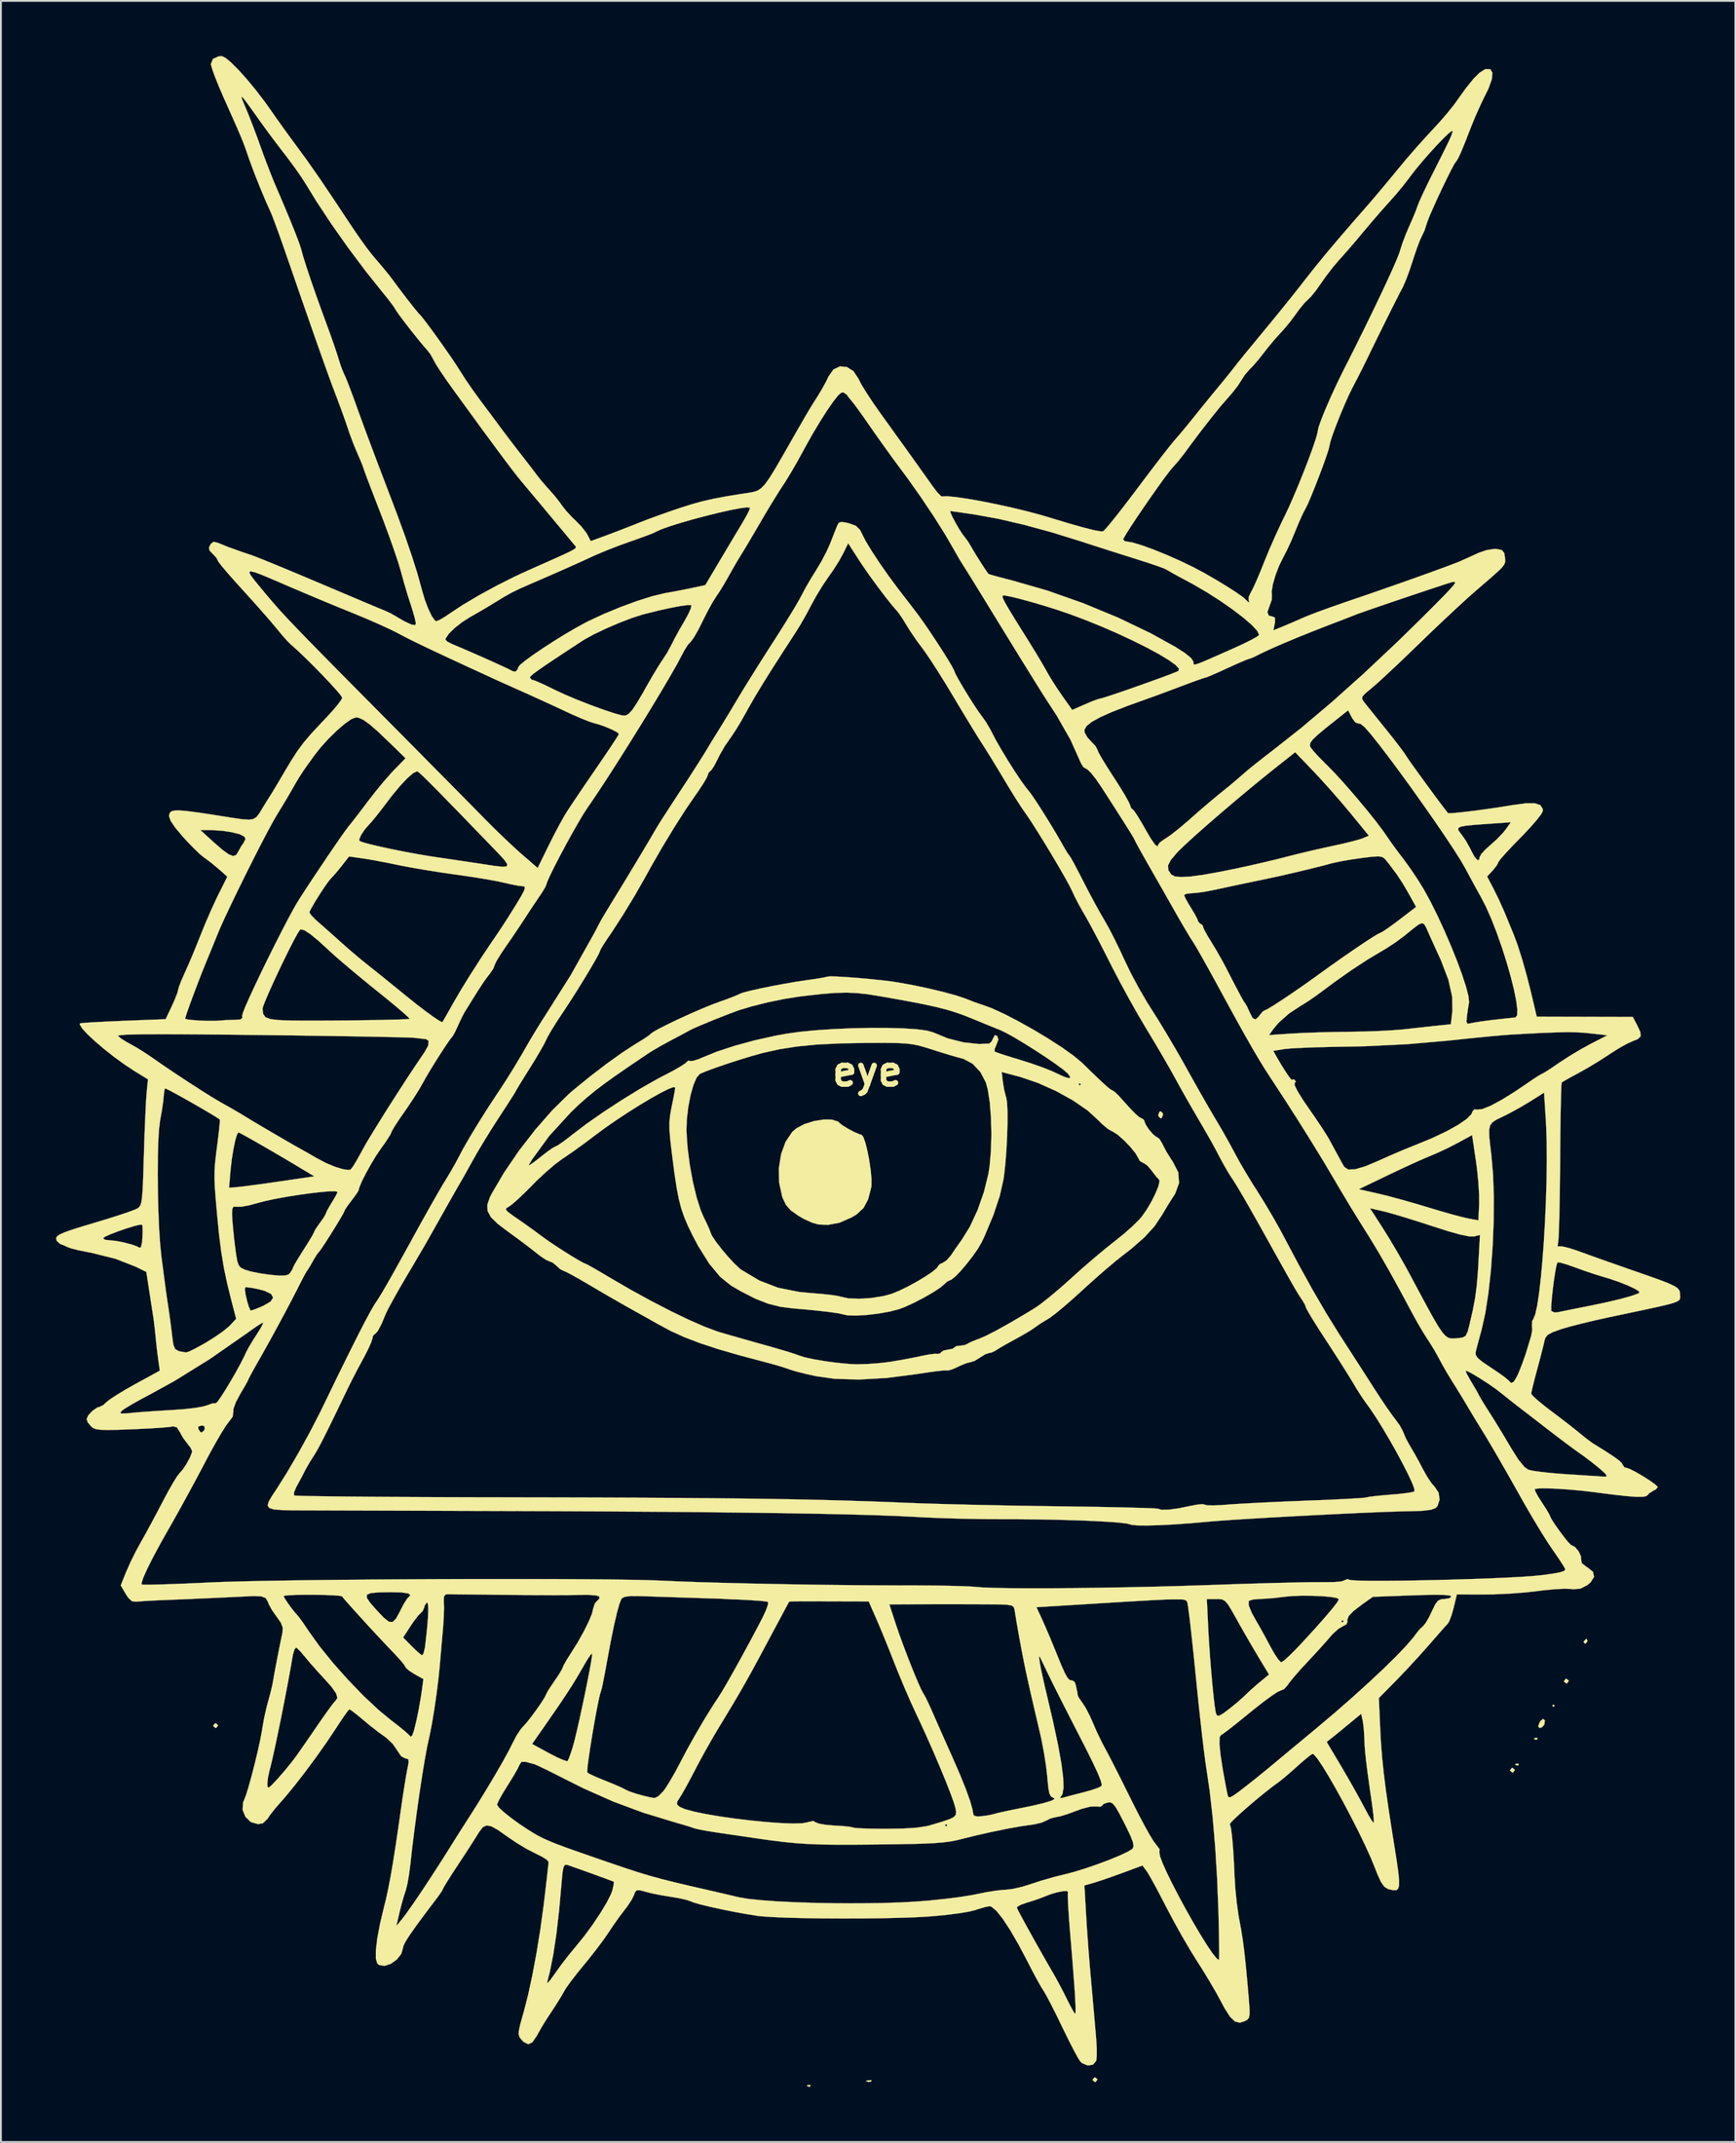
<source format=kicad_pcb>
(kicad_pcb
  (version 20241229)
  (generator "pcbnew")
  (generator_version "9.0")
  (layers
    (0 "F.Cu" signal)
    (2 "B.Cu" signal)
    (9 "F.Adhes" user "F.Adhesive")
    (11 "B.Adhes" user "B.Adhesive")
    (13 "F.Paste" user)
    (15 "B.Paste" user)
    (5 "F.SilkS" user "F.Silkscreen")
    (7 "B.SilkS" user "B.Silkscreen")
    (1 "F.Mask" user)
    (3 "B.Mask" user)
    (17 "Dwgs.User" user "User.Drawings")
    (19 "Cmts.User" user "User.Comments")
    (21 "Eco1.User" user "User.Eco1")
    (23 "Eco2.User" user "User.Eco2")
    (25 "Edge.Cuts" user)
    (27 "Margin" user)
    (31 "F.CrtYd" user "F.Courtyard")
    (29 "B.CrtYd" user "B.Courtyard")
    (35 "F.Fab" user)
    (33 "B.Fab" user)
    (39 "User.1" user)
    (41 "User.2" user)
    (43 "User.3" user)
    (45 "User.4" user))
  (footprint "eye"
    (layer "F.Cu")
    (at 44.168 55.272)
    (property "Reference" "eye" (at 0 0 0) (layer "F.SilkS") (effects (font (size 1.524 1.524) (thickness 0.3))))
    (attr through_hole)
    (fp_poly (pts (xy 37.398 34.526) (xy 37.334 34.59) (xy 37.27 34.526) (xy 37.334 34.462) (xy 37.398 34.526)) (stroke (width 0.01) (type solid)) (fill yes) (layer "F.SilkS"))
    (fp_poly (pts (xy -3.106 55.182) (xy -3.123 55.258) (xy -3.191 55.267) (xy -3.296 55.221) (xy -3.276 55.182) (xy -3.125 55.167) (xy -3.106 55.182)) (stroke (width 0.01) (type solid)) (fill yes) (layer "F.SilkS"))
    (fp_poly (pts (xy 0.221 54.935) (xy 0.183 54.993) (xy 0.053 55.002) (xy -0.083 54.971) (xy -0.024 54.925) (xy 0.176 54.91) (xy 0.221 54.935)) (stroke (width 0.01) (type solid)) (fill yes) (layer "F.SilkS"))
    (fp_poly (pts (xy 35.441 37.696) (xy 35.423 37.772) (xy 35.356 37.781) (xy 35.251 37.734) (xy 35.271 37.696) (xy 35.422 37.681) (xy 35.441 37.696)) (stroke (width 0.01) (type solid)) (fill yes) (layer "F.SilkS"))
    (fp_poly (pts (xy 36.462 36.292) (xy 36.444 36.368) (xy 36.377 36.377) (xy 36.272 36.33) (xy 36.292 36.292) (xy 36.443 36.277) (xy 36.462 36.292)) (stroke (width 0.01) (type solid)) (fill yes) (layer "F.SilkS"))
    (fp_poly (pts (xy -35.359 35.581) (xy -35.356 35.611) (xy -35.453 35.735) (xy -35.483 35.739) (xy -35.607 35.642) (xy -35.611 35.611) (xy -35.514 35.487) (xy -35.483 35.483) (xy -35.359 35.581)) (stroke (width 0.01) (type solid)) (fill yes) (layer "F.SilkS"))
    (fp_poly (pts (xy 12.505 54.854) (xy 12.509 54.884) (xy 12.411 55.008) (xy 12.381 55.012) (xy 12.257 54.915) (xy 12.253 54.884) (xy 12.35 54.76) (xy 12.381 54.757) (xy 12.505 54.854)) (stroke (width 0.01) (type solid)) (fill yes) (layer "F.SilkS"))
    (fp_poly (pts (xy 16.068 2.273) (xy 16.082 2.361) (xy 16.013 2.531) (xy 15.955 2.553) (xy 15.842 2.449) (xy 15.827 2.361) (xy 15.896 2.191) (xy 15.955 2.17) (xy 16.068 2.273)) (stroke (width 0.01) (type solid)) (fill yes) (layer "F.SilkS"))
    (fp_poly (pts (xy 35.224 38.006) (xy 35.228 38.036) (xy 35.131 38.16) (xy 35.101 38.164) (xy 34.977 38.067) (xy 34.973 38.036) (xy 35.07 37.912) (xy 35.101 37.909) (xy 35.224 38.006)) (stroke (width 0.01) (type solid)) (fill yes) (layer "F.SilkS"))
    (fp_poly (pts (xy 36.866 35.325) (xy 36.843 35.542) (xy 36.719 35.697) (xy 36.571 35.739) (xy 36.506 35.643) (xy 36.569 35.463) (xy 36.627 35.359) (xy 36.772 35.243) (xy 36.866 35.325)) (stroke (width 0.01) (type solid)) (fill yes) (layer "F.SilkS"))
    (fp_poly (pts (xy 38.16 33.155) (xy 38.164 33.186) (xy 38.067 33.31) (xy 38.036 33.314) (xy 37.912 33.216) (xy 37.909 33.186) (xy 38.006 33.062) (xy 38.036 33.058) (xy 38.16 33.155)) (stroke (width 0.01) (type solid)) (fill yes) (layer "F.SilkS"))
    (fp_poly (pts (xy 39.183 30.987) (xy 39.185 31.016) (xy 39.087 31.139) (xy 39.05 31.144) (xy 38.974 31.066) (xy 38.993 31.016) (xy 39.108 30.894) (xy 39.129 30.888) (xy 39.183 30.987)) (stroke (width 0.01) (type solid)) (fill yes) (layer "F.SilkS"))
    (fp_poly (pts (xy -1.939 2.626) (xy -1.612 2.727) (xy -1.532 2.799) (xy -1.358 2.939) (xy -1.053 3.124) (xy -0.712 3.303) (xy -0.431 3.423) (xy -0.332 3.446) (xy -0.231 3.563) (xy -0.119 3.874) (xy -0.007 4.319) (xy 0.093 4.836) (xy 0.171 5.367) (xy 0.215 5.849) (xy 0.213 6.223) (xy 0.202 6.308) (xy 0.032 6.963) (xy -0.217 7.431) (xy -0.589 7.779) (xy -0.853 7.939) (xy -1.528 8.236) (xy -2.149 8.353) (xy -2.67 8.331) (xy -3.018 8.232) (xy -3.458 8.032) (xy -3.771 7.852) (xy -4.185 7.554) (xy -4.442 7.263) (xy -4.618 6.888) (xy -4.643 6.818) (xy -4.809 6.062) (xy -4.826 5.272) (xy -4.705 4.508) (xy -4.46 3.831) (xy -4.103 3.3) (xy -3.877 3.101) (xy -3.438 2.868) (xy -2.922 2.705) (xy -2.399 2.621) (xy -1.939 2.626)) (stroke (width 0.01) (type solid)) (fill yes) (layer "F.SilkS"))
    (fp_poly (pts (xy -1.136 -29.867) (xy -1.015 -29.837) (xy -0.637 -29.7) (xy -0.411 -29.483) (xy -0.29 -29.242) (xy -0.09 -28.851) (xy 0.238 -28.31) (xy 0.661 -27.668) (xy 1.148 -26.972) (xy 1.666 -26.272) (xy 1.846 -26.038) (xy 2.191 -25.592) (xy 2.513 -25.172) (xy 2.75 -24.861) (xy 2.776 -24.826) (xy 3.064 -24.424) (xy 3.398 -23.936) (xy 3.748 -23.409) (xy 4.084 -22.889) (xy 4.376 -22.421) (xy 4.595 -22.053) (xy 4.712 -21.831) (xy 4.723 -21.794) (xy 4.787 -21.639) (xy 4.957 -21.326) (xy 5.198 -20.914) (xy 5.476 -20.456) (xy 5.757 -20.011) (xy 6.006 -19.633) (xy 6.189 -19.38) (xy 6.203 -19.363) (xy 6.452 -19.014) (xy 6.7 -18.586) (xy 6.758 -18.47) (xy 6.977 -18.05) (xy 7.282 -17.519) (xy 7.635 -16.935) (xy 7.999 -16.359) (xy 8.338 -15.85) (xy 8.613 -15.466) (xy 8.736 -15.317) (xy 8.914 -15.087) (xy 9.186 -14.686) (xy 9.521 -14.167) (xy 9.887 -13.579) (xy 10.251 -12.975) (xy 10.582 -12.405) (xy 10.722 -12.156) (xy 10.88 -11.89) (xy 10.992 -11.743) (xy 11.078 -11.61) (xy 11.251 -11.296) (xy 11.488 -10.848) (xy 11.749 -10.339) (xy 12.073 -9.712) (xy 12.412 -9.079) (xy 12.719 -8.528) (xy 12.893 -8.233) (xy 13.141 -7.792) (xy 13.445 -7.202) (xy 13.762 -6.55) (xy 13.979 -6.079) (xy 14.327 -5.357) (xy 14.758 -4.55) (xy 15.205 -3.781) (xy 15.445 -3.398) (xy 15.815 -2.816) (xy 16.258 -2.087) (xy 16.729 -1.289) (xy 17.181 -0.5) (xy 17.353 -0.191) (xy 17.756 0.53) (xy 18.166 1.257) (xy 18.548 1.924) (xy 18.864 2.466) (xy 18.992 2.68) (xy 19.33 3.254) (xy 19.68 3.876) (xy 19.973 4.419) (xy 19.998 4.467) (xy 20.254 4.936) (xy 20.599 5.527) (xy 20.979 6.149) (xy 21.209 6.51) (xy 21.614 7.159) (xy 22.045 7.886) (xy 22.435 8.576) (xy 22.593 8.871) (xy 23.45 10.486) (xy 24.232 11.901) (xy 24.961 13.152) (xy 25.657 14.276) (xy 25.793 14.487) (xy 26.245 15.187) (xy 26.738 15.951) (xy 27.21 16.685) (xy 27.592 17.283) (xy 27.947 17.828) (xy 28.288 18.332) (xy 28.572 18.733) (xy 28.733 18.942) (xy 28.978 19.283) (xy 29.15 19.61) (xy 29.167 19.656) (xy 29.301 19.974) (xy 29.506 20.353) (xy 29.551 20.427) (xy 29.765 20.789) (xy 30.027 21.263) (xy 30.224 21.639) (xy 30.466 22.07) (xy 30.709 22.431) (xy 30.878 22.623) (xy 31.085 22.931) (xy 31.136 23.31) (xy 31.026 23.652) (xy 30.931 23.757) (xy 30.672 23.859) (xy 30.185 23.919) (xy 29.559 23.937) (xy 29.06 23.947) (xy 28.347 23.97) (xy 27.463 24.005) (xy 26.449 24.05) (xy 25.347 24.103) (xy 24.197 24.161) (xy 23.043 24.222) (xy 21.924 24.284) (xy 20.884 24.345) (xy 19.963 24.403) (xy 19.203 24.456) (xy 18.646 24.501) (xy 18.571 24.508) (xy 17.603 24.593) (xy 16.693 24.658) (xy 15.879 24.7) (xy 15.195 24.718) (xy 14.677 24.712) (xy 14.361 24.68) (xy 14.295 24.657) (xy 14.089 24.606) (xy 13.66 24.557) (xy 13.039 24.512) (xy 12.258 24.47) (xy 11.349 24.434) (xy 10.343 24.406) (xy 9.273 24.385) (xy 8.17 24.374) (xy 7.277 24.373) (xy 6.299 24.368) (xy 5.218 24.348) (xy 4.133 24.318) (xy 3.143 24.278) (xy 2.606 24.249) (xy 1.672 24.201) (xy 0.487 24.157) (xy -0.945 24.116) (xy -2.618 24.079) (xy -4.529 24.046) (xy -6.674 24.016) (xy -9.047 23.99) (xy -11.644 23.968) (xy -14.461 23.949) (xy -17.494 23.935) (xy -19.018 23.93) (xy -20.594 23.925) (xy -22.149 23.92) (xy -23.656 23.915) (xy -25.089 23.91) (xy -26.418 23.906) (xy -27.617 23.902) (xy -28.658 23.899) (xy -29.514 23.896) (xy -30.157 23.894) (xy -30.41 23.893) (xy -31.274 23.89) (xy -31.906 23.876) (xy -32.33 23.837) (xy -32.57 23.757) (xy -32.65 23.621) (xy -32.592 23.415) (xy -32.422 23.123) (xy -32.294 22.931) (xy -31.219 22.931) (xy -31.215 23.071) (xy -31.206 23.083) (xy -31.069 23.095) (xy -30.694 23.108) (xy -30.101 23.12) (xy -29.307 23.131) (xy -28.331 23.142) (xy -27.19 23.152) (xy -25.903 23.161) (xy -24.488 23.168) (xy -22.963 23.175) (xy -21.346 23.18) (xy -19.655 23.183) (xy -19.614 23.184) (xy -16.935 23.189) (xy -14.493 23.196) (xy -12.266 23.206) (xy -10.236 23.218) (xy -8.383 23.234) (xy -6.687 23.252) (xy -5.128 23.274) (xy -3.687 23.3) (xy -2.345 23.33) (xy -1.081 23.365) (xy 0.123 23.404) (xy 1.288 23.447) (xy 2.106 23.482) (xy 2.877 23.511) (xy 3.855 23.541) (xy 4.992 23.572) (xy 6.241 23.601) (xy 7.554 23.628) (xy 8.883 23.651) (xy 10.18 23.67) (xy 10.328 23.672) (xy 11.478 23.688) (xy 12.548 23.705) (xy 13.511 23.724) (xy 14.34 23.743) (xy 15.009 23.762) (xy 15.491 23.779) (xy 15.759 23.796) (xy 15.805 23.804) (xy 16.012 23.862) (xy 16.411 23.852) (xy 16.95 23.779) (xy 17.485 23.669) (xy 17.907 23.586) (xy 18.217 23.554) (xy 18.348 23.581) (xy 18.482 23.618) (xy 18.81 23.626) (xy 19.272 23.606) (xy 19.498 23.588) (xy 19.945 23.555) (xy 20.596 23.516) (xy 21.399 23.474) (xy 22.301 23.431) (xy 23.253 23.391) (xy 23.834 23.368) (xy 24.717 23.333) (xy 25.515 23.298) (xy 26.193 23.263) (xy 26.716 23.232) (xy 27.048 23.206) (xy 27.152 23.189) (xy 27.315 23.155) (xy 27.671 23.111) (xy 28.159 23.064) (xy 28.463 23.04) (xy 28.998 22.993) (xy 29.434 22.938) (xy 29.71 22.886) (xy 29.771 22.861) (xy 29.76 22.71) (xy 29.634 22.381) (xy 29.416 21.913) (xy 29.126 21.344) (xy 28.787 20.713) (xy 28.417 20.058) (xy 28.04 19.419) (xy 27.676 18.835) (xy 27.347 18.343) (xy 27.187 18.125) (xy 26.919 17.745) (xy 26.621 17.28) (xy 26.479 17.04) (xy 26.279 16.707) (xy 25.974 16.216) (xy 25.597 15.625) (xy 25.185 14.986) (xy 24.991 14.69) (xy 24.611 14.103) (xy 24.285 13.587) (xy 24.039 13.182) (xy 23.895 12.926) (xy 23.868 12.859) (xy 23.801 12.679) (xy 23.638 12.411) (xy 23.631 12.401) (xy 23.533 12.256) (xy 23.424 12.085) (xy 23.288 11.858) (xy 23.107 11.545) (xy 22.863 11.116) (xy 22.541 10.541) (xy 22.122 9.789) (xy 21.824 9.254) (xy 21.241 8.21) (xy 20.767 7.372) (xy 20.391 6.718) (xy 20.1 6.23) (xy 19.884 5.887) (xy 19.8 5.764) (xy 19.615 5.47) (xy 19.372 5.048) (xy 19.163 4.659) (xy 18.993 4.334) (xy 18.833 4.036) (xy 18.656 3.718) (xy 18.436 3.332) (xy 18.146 2.832) (xy 17.76 2.171) (xy 17.648 1.978) (xy 17.359 1.475) (xy 17.02 0.871) (xy 16.702 0.292) (xy 16.682 0.255) (xy 16.419 -0.216) (xy 16.064 -0.831) (xy 15.66 -1.518) (xy 15.249 -2.202) (xy 15.166 -2.338) (xy 14.736 -3.066) (xy 14.248 -3.93) (xy 13.756 -4.835) (xy 13.311 -5.686) (xy 13.197 -5.912) (xy 12.839 -6.619) (xy 12.483 -7.306) (xy 12.16 -7.913) (xy 11.901 -8.383) (xy 11.793 -8.569) (xy 11.526 -9.037) (xy 11.283 -9.502) (xy 11.155 -9.782) (xy 11.006 -10.084) (xy 10.75 -10.551) (xy 10.416 -11.133) (xy 10.033 -11.781) (xy 9.632 -12.444) (xy 9.242 -13.073) (xy 8.893 -13.619) (xy 8.615 -14.031) (xy 8.562 -14.104) (xy 8.338 -14.432) (xy 8.033 -14.908) (xy 7.693 -15.458) (xy 7.472 -15.827) (xy 7.114 -16.425) (xy 6.741 -17.036) (xy 6.407 -17.57) (xy 6.257 -17.806) (xy 6.019 -18.181) (xy 5.688 -18.719) (xy 5.297 -19.362) (xy 4.881 -20.053) (xy 4.634 -20.468) (xy 4.222 -21.15) (xy 3.811 -21.808) (xy 3.437 -22.387) (xy 3.133 -22.834) (xy 2.996 -23.02) (xy 2.652 -23.485) (xy 2.314 -23.983) (xy 2.134 -24.274) (xy 1.907 -24.645) (xy 1.708 -24.938) (xy 1.626 -25.04) (xy 1.34 -25.369) (xy 0.96 -25.848) (xy 0.53 -26.416) (xy 0.098 -27.011) (xy -0.289 -27.57) (xy -0.447 -27.809) (xy -1.054 -28.751) (xy -1.326 -28.192) (xy -1.553 -27.783) (xy -1.863 -27.294) (xy -2.117 -26.932) (xy -2.461 -26.425) (xy -2.819 -25.834) (xy -3.055 -25.401) (xy -3.34 -24.865) (xy -3.657 -24.311) (xy -3.891 -23.933) (xy -4.616 -22.815) (xy -5.215 -21.879) (xy -5.706 -21.095) (xy -6.105 -20.435) (xy -6.432 -19.869) (xy -6.595 -19.573) (xy -6.89 -19.049) (xy -7.188 -18.559) (xy -7.437 -18.184) (xy -7.505 -18.092) (xy -7.764 -17.716) (xy -8.036 -17.244) (xy -8.159 -16.998) (xy -8.343 -16.64) (xy -8.499 -16.4) (xy -8.574 -16.338) (xy -8.67 -16.235) (xy -8.679 -16.165) (xy -8.75 -15.991) (xy -8.94 -15.668) (xy -9.214 -15.252) (xy -9.373 -15.026) (xy -9.916 -14.231) (xy -10.528 -13.272) (xy -11.167 -12.216) (xy -11.793 -11.129) (xy -12.11 -10.555) (xy -12.666 -9.577) (xy -13.306 -8.526) (xy -13.952 -7.528) (xy -14.182 -7.191) (xy -14.393 -6.871) (xy -14.527 -6.642) (xy -14.551 -6.578) (xy -14.616 -6.421) (xy -14.793 -6.093) (xy -15.058 -5.637) (xy -15.383 -5.094) (xy -15.744 -4.51) (xy -16.113 -3.926) (xy -16.465 -3.385) (xy -16.607 -3.173) (xy -16.935 -2.675) (xy -17.217 -2.223) (xy -17.414 -1.877) (xy -17.48 -1.74) (xy -17.598 -1.5) (xy -17.82 -1.105) (xy -18.112 -0.613) (xy -18.375 -0.188) (xy -18.682 0.301) (xy -18.93 0.704) (xy -19.094 0.977) (xy -19.146 1.074) (xy -19.212 1.189) (xy -19.392 1.475) (xy -19.659 1.89) (xy -19.987 2.392) (xy -20.019 2.44) (xy -20.429 3.078) (xy -20.852 3.761) (xy -21.232 4.396) (xy -21.455 4.787) (xy -21.72 5.265) (xy -21.95 5.676) (xy -22.108 5.954) (xy -22.145 6.017) (xy -22.256 6.208) (xy -22.462 6.569) (xy -22.733 7.046) (xy -23.017 7.549) (xy -23.332 8.11) (xy -23.621 8.624) (xy -23.85 9.03) (xy -23.974 9.25) (xy -24.116 9.496) (xy -24.357 9.909) (xy -24.669 10.439) (xy -25.02 11.034) (xy -25.135 11.228) (xy -25.487 11.832) (xy -25.801 12.388) (xy -26.049 12.845) (xy -26.203 13.152) (xy -26.228 13.211) (xy -26.456 13.754) (xy -26.652 14.125) (xy -26.801 14.29) (xy -26.825 14.295) (xy -26.921 14.401) (xy -26.943 14.519) (xy -27.008 14.732) (xy -27.169 15.095) (xy -27.394 15.538) (xy -27.448 15.636) (xy -27.743 16.183) (xy -28.041 16.757) (xy -28.278 17.231) (xy -28.764 18.243) (xy -29.156 19.051) (xy -29.467 19.682) (xy -29.71 20.162) (xy -29.899 20.519) (xy -30.049 20.779) (xy -30.146 20.933) (xy -30.38 21.303) (xy -30.575 21.646) (xy -30.602 21.698) (xy -30.76 22.01) (xy -30.868 22.209) (xy -31.108 22.656) (xy -31.219 22.931) (xy -32.294 22.931) (xy -32.182 22.761) (xy -31.607 21.85) (xy -30.986 20.789) (xy -30.366 19.664) (xy -29.797 18.56) (xy -29.647 18.252) (xy -28.937 16.788) (xy -28.32 15.532) (xy -27.799 14.489) (xy -27.376 13.663) (xy -27.052 13.059) (xy -26.831 12.682) (xy -26.788 12.616) (xy -26.629 12.377) (xy -26.42 12.036) (xy -26.148 11.57) (xy -25.801 10.957) (xy -25.365 10.174) (xy -24.827 9.199) (xy -24.542 8.679) (xy -24.149 7.969) (xy -23.759 7.274) (xy -23.404 6.653) (xy -23.116 6.161) (xy -22.979 5.935) (xy -22.691 5.458) (xy -22.42 4.982) (xy -22.25 4.659) (xy -21.985 4.161) (xy -21.608 3.51) (xy -21.153 2.762) (xy -20.654 1.973) (xy -20.146 1.198) (xy -20.049 1.053) (xy -19.644 0.433) (xy -19.199 -0.283) (xy -18.794 -0.964) (xy -18.699 -1.13) (xy -18.366 -1.708) (xy -18.016 -2.291) (xy -17.708 -2.786) (xy -17.601 -2.95) (xy -16.162 -5.226) (xy -14.853 -7.562) (xy -14.537 -8.169) (xy -14.434 -8.349) (xy -14.227 -8.696) (xy -13.948 -9.157) (xy -13.654 -9.637) (xy -13.218 -10.351) (xy -12.737 -11.146) (xy -12.255 -11.949) (xy -11.816 -12.688) (xy -11.464 -13.29) (xy -11.435 -13.338) (xy -11.316 -13.531) (xy -11.084 -13.893) (xy -10.769 -14.38) (xy -10.398 -14.948) (xy -10.199 -15.253) (xy -9.794 -15.872) (xy -9.416 -16.459) (xy -9.096 -16.96) (xy -8.869 -17.323) (xy -8.808 -17.423) (xy -8.561 -17.835) (xy -8.263 -18.32) (xy -8.107 -18.571) (xy -7.863 -18.966) (xy -7.542 -19.495) (xy -7.196 -20.071) (xy -7.025 -20.358) (xy -6.716 -20.868) (xy -6.31 -21.524) (xy -5.848 -22.26) (xy -5.371 -23.008) (xy -5.105 -23.422) (xy -4.681 -24.086) (xy -4.286 -24.721) (xy -3.949 -25.275) (xy -3.702 -25.702) (xy -3.591 -25.911) (xy -3.371 -26.327) (xy -3.076 -26.834) (xy -2.816 -27.251) (xy -2.507 -27.767) (xy -2.216 -28.326) (xy -2.041 -28.719) (xy -1.87 -29.153) (xy -1.723 -29.526) (xy -1.656 -29.696) (xy -1.565 -29.863) (xy -1.419 -29.914) (xy -1.136 -29.867)) (stroke (width 0.01) (type solid)) (fill yes) (layer "F.SilkS"))
    (fp_poly (pts (xy -1.658 -5.165) (xy -1.147 -5.135) (xy -0.545 -5.09) (xy 0.095 -5.033) (xy 0.72 -4.969) (xy 1.275 -4.902) (xy 1.659 -4.846) (xy 2.513 -4.689) (xy 3.369 -4.507) (xy 4.166 -4.315) (xy 4.84 -4.13) (xy 5.33 -3.965) (xy 5.361 -3.952) (xy 5.77 -3.791) (xy 6.128 -3.664) (xy 6.232 -3.633) (xy 6.76 -3.442) (xy 7.439 -3.13) (xy 8.215 -2.729) (xy 9.034 -2.27) (xy 9.843 -1.784) (xy 10.587 -1.303) (xy 11.212 -0.858) (xy 11.665 -0.481) (xy 11.692 -0.455) (xy 12.296 0.134) (xy 12.74 0.559) (xy 13.046 0.836) (xy 13.232 0.984) (xy 13.311 1.021) (xy 13.448 1.108) (xy 13.674 1.326) (xy 13.755 1.415) (xy 14.22 1.932) (xy 14.55 2.276) (xy 14.77 2.474) (xy 14.905 2.55) (xy 14.929 2.553) (xy 15.057 2.65) (xy 15.061 2.686) (xy 15.137 2.889) (xy 15.318 3.163) (xy 15.535 3.417) (xy 15.718 3.564) (xy 15.756 3.574) (xy 15.892 3.68) (xy 16.048 3.939) (xy 16.071 3.989) (xy 16.26 4.355) (xy 16.52 4.774) (xy 16.612 4.907) (xy 16.912 5.493) (xy 16.957 6.071) (xy 16.748 6.648) (xy 16.664 6.782) (xy 16.401 7.191) (xy 16.121 7.658) (xy 16.039 7.801) (xy 15.623 8.425) (xy 15.069 9.034) (xy 14.334 9.673) (xy 13.958 9.964) (xy 13.533 10.301) (xy 12.988 10.758) (xy 12.388 11.282) (xy 11.795 11.816) (xy 11.679 11.924) (xy 11.147 12.406) (xy 10.643 12.843) (xy 10.213 13.196) (xy 9.903 13.426) (xy 9.828 13.472) (xy 9.465 13.689) (xy 9.158 13.9) (xy 9.126 13.925) (xy 8.892 14.085) (xy 8.508 14.315) (xy 8.051 14.572) (xy 7.977 14.611) (xy 7.54 14.852) (xy 7.186 15.056) (xy 6.981 15.188) (xy 6.963 15.203) (xy 6.733 15.309) (xy 6.644 15.319) (xy 6.407 15.396) (xy 6.127 15.572) (xy 5.841 15.75) (xy 5.611 15.824) (xy 5.38 15.881) (xy 5.04 16.021) (xy 4.922 16.078) (xy 4.602 16.22) (xy 4.382 16.28) (xy 4.341 16.275) (xy 4.188 16.273) (xy 3.835 16.309) (xy 3.332 16.375) (xy 2.731 16.466) (xy 2.669 16.476) (xy 1.033 16.687) (xy -0.463 16.772) (xy -1.791 16.732) (xy -2.808 16.589) (xy -3.357 16.466) (xy -3.854 16.34) (xy -4.212 16.233) (xy -4.276 16.21) (xy -4.596 16.1) (xy -5.061 15.961) (xy -5.552 15.828) (xy -6.943 15.46) (xy -8.118 15.12) (xy -9.113 14.793) (xy -9.964 14.467) (xy -10.707 14.131) (xy -11.379 13.769) (xy -11.424 13.743) (xy -11.648 13.615) (xy -12.028 13.402) (xy -12.497 13.141) (xy -12.7 13.029) (xy -13.244 12.723) (xy -13.911 12.341) (xy -14.605 11.937) (xy -15.079 11.657) (xy -15.609 11.348) (xy -16.063 11.093) (xy -16.394 10.918) (xy -16.556 10.849) (xy -16.559 10.849) (xy -16.728 10.763) (xy -16.912 10.594) (xy -17.141 10.402) (xy -17.306 10.339) (xy -17.489 10.262) (xy -17.787 10.066) (xy -18.02 9.885) (xy -18.384 9.598) (xy -18.871 9.23) (xy -19.39 8.85) (xy -19.548 8.737) (xy -20.127 8.297) (xy -20.498 7.932) (xy -20.68 7.597) (xy -20.683 7.525) (xy -19.683 7.525) (xy -19.567 7.654) (xy -19.279 7.864) (xy -19.086 7.996) (xy -18.592 8.342) (xy -18.073 8.717) (xy -17.759 8.951) (xy -17.424 9.192) (xy -16.996 9.481) (xy -16.53 9.784) (xy -16.078 10.067) (xy -15.694 10.296) (xy -15.433 10.437) (xy -15.354 10.466) (xy -15.226 10.528) (xy -14.924 10.697) (xy -14.491 10.947) (xy -13.973 11.254) (xy -13.931 11.279) (xy -12.852 11.905) (xy -11.766 12.5) (xy -10.715 13.043) (xy -9.74 13.513) (xy -8.882 13.889) (xy -8.185 14.151) (xy -8.027 14.201) (xy -7.441 14.371) (xy -6.716 14.578) (xy -5.961 14.792) (xy -5.488 14.924) (xy -4.889 15.095) (xy -4.361 15.252) (xy -3.964 15.378) (xy -3.765 15.45) (xy -3.431 15.558) (xy -2.914 15.67) (xy -2.289 15.776) (xy -1.628 15.864) (xy -1.003 15.923) (xy -0.609 15.941) (xy -0.008 15.927) (xy 0.675 15.876) (xy 1.178 15.815) (xy 1.794 15.713) (xy 2.451 15.589) (xy 2.911 15.493) (xy 3.342 15.408) (xy 3.674 15.368) (xy 3.825 15.378) (xy 3.958 15.35) (xy 3.982 15.306) (xy 4.13 15.196) (xy 4.375 15.145) (xy 4.629 15.1) (xy 4.723 15.029) (xy 4.831 14.955) (xy 5.016 14.934) (xy 5.3 14.893) (xy 5.431 14.832) (xy 5.623 14.728) (xy 5.948 14.598) (xy 6.033 14.568) (xy 6.43 14.399) (xy 7.006 14.104) (xy 7.733 13.699) (xy 8.579 13.203) (xy 9.111 12.879) (xy 9.438 12.649) (xy 9.894 12.289) (xy 10.425 11.843) (xy 10.974 11.359) (xy 11.089 11.254) (xy 11.687 10.718) (xy 12.329 10.163) (xy 12.939 9.654) (xy 13.443 9.252) (xy 13.466 9.234) (xy 13.961 8.836) (xy 14.428 8.422) (xy 14.794 8.06) (xy 14.91 7.927) (xy 15.186 7.538) (xy 15.449 7.091) (xy 15.673 6.645) (xy 15.831 6.256) (xy 15.895 5.982) (xy 15.869 5.889) (xy 15.724 5.738) (xy 15.514 5.467) (xy 15.461 5.393) (xy 15.235 5.127) (xy 15.035 4.985) (xy 14.997 4.978) (xy 14.821 4.872) (xy 14.745 4.731) (xy 14.592 4.462) (xy 14.309 4.112) (xy 13.963 3.752) (xy 13.621 3.449) (xy 13.35 3.274) (xy 13.316 3.261) (xy 13.072 3.122) (xy 12.759 2.857) (xy 12.587 2.68) (xy 11.984 2.13) (xy 11.19 1.582) (xy 10.268 1.07) (xy 9.444 0.702) (xy 11.487 0.702) (xy 11.551 0.766) (xy 11.615 0.702) (xy 11.551 0.638) (xy 11.487 0.702) (xy 9.444 0.702) (xy 9.282 0.629) (xy 8.293 0.293) (xy 8.151 0.255) (xy 7.304 0.033) (xy 7.364 0.559) (xy 7.434 0.986) (xy 7.529 1.362) (xy 7.547 1.414) (xy 7.595 1.692) (xy 7.618 2.169) (xy 7.619 2.791) (xy 7.599 3.503) (xy 7.561 4.25) (xy 7.506 4.978) (xy 7.435 5.631) (xy 7.401 5.871) (xy 7.196 6.779) (xy 6.847 7.827) (xy 6.373 8.958) (xy 6.213 9.3) (xy 6.012 9.645) (xy 5.724 10.058) (xy 5.39 10.486) (xy 5.055 10.878) (xy 4.762 11.179) (xy 4.555 11.338) (xy 4.515 11.351) (xy 4.321 11.448) (xy 4.206 11.558) (xy 3.967 11.763) (xy 3.559 12.03) (xy 3.052 12.322) (xy 2.512 12.601) (xy 2.007 12.831) (xy 1.718 12.939) (xy 1.205 13.073) (xy 0.597 13.181) (xy -0.034 13.256) (xy -0.614 13.291) (xy -1.07 13.279) (xy -1.276 13.238) (xy -1.57 13.17) (xy -2.087 13.094) (xy -2.8 13.013) (xy -3.677 12.931) (xy -4.021 12.903) (xy -4.743 12.811) (xy -5.414 12.643) (xy -6.102 12.373) (xy -6.874 11.978) (xy -7.43 11.656) (xy -8.02 11.18) (xy -8.619 10.459) (xy -9.22 9.499) (xy -9.518 8.934) (xy -9.774 8.405) (xy -9.977 7.927) (xy -10.14 7.452) (xy -10.274 6.929) (xy -10.393 6.308) (xy -10.509 5.54) (xy -10.634 4.574) (xy -10.653 4.421) (xy -10.735 3.72) (xy -10.775 3.236) (xy -9.855 3.236) (xy -9.855 3.267) (xy -9.797 4.137) (xy -9.678 5.07) (xy -9.509 5.996) (xy -9.306 6.847) (xy -9.081 7.553) (xy -8.941 7.88) (xy -8.746 8.284) (xy -8.606 8.594) (xy -8.552 8.744) (xy -8.552 8.745) (xy -8.47 8.942) (xy -8.254 9.265) (xy -7.95 9.661) (xy -7.603 10.073) (xy -7.258 10.447) (xy -6.96 10.727) (xy -6.869 10.797) (xy -5.891 11.381) (xy -4.866 11.775) (xy -3.726 12.003) (xy -3.132 12.06) (xy -2.535 12.108) (xy -2.013 12.164) (xy -1.631 12.22) (xy -1.473 12.259) (xy -1.041 12.353) (xy -0.451 12.377) (xy 0.212 12.333) (xy 0.864 12.228) (xy 1.308 12.108) (xy 1.729 11.937) (xy 2.217 11.698) (xy 2.719 11.423) (xy 3.182 11.143) (xy 3.554 10.89) (xy 3.783 10.693) (xy 3.829 10.611) (xy 3.935 10.489) (xy 4.071 10.433) (xy 4.305 10.285) (xy 4.538 10.016) (xy 4.546 10.003) (xy 4.78 9.655) (xy 5.059 9.263) (xy 5.113 9.19) (xy 5.571 8.453) (xy 5.991 7.547) (xy 6.337 6.562) (xy 6.579 5.583) (xy 6.643 5.176) (xy 6.717 4.328) (xy 6.742 3.419) (xy 6.72 2.516) (xy 6.654 1.684) (xy 6.547 0.99) (xy 6.445 0.608) (xy 6.144 0.032) (xy 5.717 -0.419) (xy 5.224 -0.685) (xy 5.128 -0.71) (xy 4.86 -0.78) (xy 4.423 -0.908) (xy 3.888 -1.073) (xy 3.574 -1.173) (xy 3.142 -1.309) (xy 2.782 -1.409) (xy 2.442 -1.478) (xy 2.071 -1.522) (xy 1.617 -1.545) (xy 1.028 -1.553) (xy 0.253 -1.552) (xy -0.064 -1.551) (xy -1.509 -1.525) (xy -2.748 -1.463) (xy -3.828 -1.358) (xy -4.795 -1.207) (xy -5.697 -1.006) (xy -5.744 -0.993) (xy -6.317 -0.833) (xy -6.971 -0.633) (xy -7.642 -0.416) (xy -8.265 -0.202) (xy -8.777 -0.014) (xy -9.113 0.128) (xy -9.13 0.136) (xy -9.308 0.344) (xy -9.48 0.751) (xy -9.634 1.3) (xy -9.756 1.934) (xy -9.835 2.598) (xy -9.855 3.236) (xy -10.775 3.236) (xy -10.778 3.201) (xy -10.783 2.792) (xy -10.75 2.423) (xy -10.68 2.023) (xy -10.658 1.916) (xy -10.564 1.452) (xy -10.496 1.083) (xy -10.467 0.883) (xy -10.466 0.876) (xy -10.566 0.854) (xy -10.841 0.958) (xy -11.258 1.167) (xy -11.785 1.461) (xy -12.386 1.821) (xy -13.028 2.225) (xy -13.678 2.654) (xy -14.302 3.087) (xy -14.866 3.506) (xy -14.87 3.508) (xy -15.402 3.91) (xy -15.954 4.31) (xy -16.434 4.643) (xy -16.593 4.748) (xy -16.99 5.04) (xy -17.48 5.456) (xy -17.987 5.928) (xy -18.252 6.195) (xy -18.676 6.623) (xy -19.066 6.991) (xy -19.369 7.252) (xy -19.507 7.349) (xy -19.654 7.438) (xy -19.683 7.525) (xy -20.683 7.525) (xy -20.692 7.251) (xy -20.553 6.849) (xy -20.465 6.673) (xy -19.785 5.512) (xy -19.497 5.089) (xy -18.438 5.089) (xy -18.4 5.101) (xy -18.206 4.975) (xy -17.895 4.737) (xy -17.818 4.674) (xy -17.45 4.386) (xy -17.153 4.176) (xy -16.987 4.085) (xy -16.979 4.084) (xy -16.833 4.009) (xy -16.545 3.809) (xy -16.171 3.523) (xy -16.059 3.434) (xy -15.29 2.85) (xy -14.368 2.206) (xy -13.37 1.554) (xy -12.373 0.942) (xy -11.455 0.42) (xy -11.078 0.223) (xy -10.573 -0.042) (xy -10.166 -0.276) (xy -9.903 -0.45) (xy -9.828 -0.53) (xy -9.748 -0.593) (xy -9.695 -0.571) (xy -9.508 -0.572) (xy -9.19 -0.669) (xy -9.019 -0.743) (xy -8.216 -1.071) (xy -7.233 -1.394) (xy -6.142 -1.692) (xy -5.018 -1.943) (xy -4.404 -2.055) (xy -3.638 -2.161) (xy -2.757 -2.245) (xy -1.801 -2.308) (xy -0.81 -2.35) (xy 0.174 -2.37) (xy 1.111 -2.368) (xy 1.959 -2.343) (xy 2.678 -2.295) (xy 3.226 -2.224) (xy 3.563 -2.13) (xy 3.574 -2.125) (xy 4.355 -1.802) (xy 5.22 -1.583) (xy 6.067 -1.491) (xy 6.629 -1.516) (xy 6.757 -1.635) (xy 6.833 -1.8) (xy 6.935 -1.977) (xy 7.056 -1.93) (xy 7.121 -1.736) (xy 7.022 -1.471) (xy 6.917 -1.22) (xy 6.912 -1.087) (xy 7.052 -1.027) (xy 7.385 -0.914) (xy 7.856 -0.765) (xy 8.289 -0.634) (xy 8.913 -0.436) (xy 9.517 -0.223) (xy 10.014 -0.026) (xy 10.223 0.07) (xy 10.697 0.29) (xy 10.971 0.372) (xy 11.04 0.313) (xy 10.905 0.119) (xy 10.665 -0.091) (xy 10.256 -0.394) (xy 9.73 -0.756) (xy 9.14 -1.142) (xy 8.539 -1.52) (xy 7.979 -1.856) (xy 7.513 -2.114) (xy 7.215 -2.255) (xy 6.922 -2.371) (xy 6.474 -2.554) (xy 5.949 -2.77) (xy 5.744 -2.854) (xy 5.256 -3.049) (xy 4.785 -3.217) (xy 4.289 -3.367) (xy 3.728 -3.51) (xy 3.059 -3.656) (xy 2.241 -3.814) (xy 1.233 -3.996) (xy 0.638 -4.1) (xy -0.012 -4.204) (xy -0.588 -4.267) (xy -1.15 -4.291) (xy -1.758 -4.274) (xy -2.473 -4.217) (xy -3.356 -4.118) (xy -3.765 -4.067) (xy -4.556 -3.941) (xy -5.431 -3.76) (xy -6.284 -3.547) (xy -7.005 -3.33) (xy -7.084 -3.302) (xy -7.53 -3.136) (xy -8.06 -2.929) (xy -8.606 -2.708) (xy -9.101 -2.502) (xy -9.475 -2.338) (xy -9.637 -2.26) (xy -9.876 -2.13) (xy -10.259 -1.925) (xy -10.702 -1.691) (xy -10.705 -1.689) (xy -11.184 -1.428) (xy -11.634 -1.169) (xy -11.935 -0.981) (xy -12.898 -0.331) (xy -13.682 0.21) (xy -14.32 0.667) (xy -14.848 1.069) (xy -15.302 1.442) (xy -15.718 1.812) (xy -16.129 2.207) (xy -16.155 2.234) (xy -17.328 3.515) (xy -18.256 4.79) (xy -18.438 5.089) (xy -19.497 5.089) (xy -18.977 4.326) (xy -18.089 3.178) (xy -17.171 2.129) (xy -16.27 1.24) (xy -15.999 1.005) (xy -15.08 0.257) (xy -14.174 -0.436) (xy -13.335 -1.034) (xy -12.618 -1.499) (xy -12.54 -1.545) (xy -12.175 -1.77) (xy -11.907 -1.954) (xy -11.807 -2.041) (xy -11.655 -2.154) (xy -11.316 -2.343) (xy -10.837 -2.585) (xy -10.267 -2.857) (xy -9.655 -3.136) (xy -9.049 -3.4) (xy -8.497 -3.626) (xy -8.105 -3.773) (xy -7.622 -3.946) (xy -7.228 -4.098) (xy -6.99 -4.202) (xy -6.956 -4.221) (xy -6.767 -4.292) (xy -6.379 -4.393) (xy -5.844 -4.514) (xy -5.216 -4.642) (xy -4.546 -4.768) (xy -3.888 -4.881) (xy -3.295 -4.97) (xy -3.274 -4.973) (xy -2.792 -5.042) (xy -2.413 -5.106) (xy -2.203 -5.152) (xy -2.186 -5.159) (xy -2.022 -5.174) (xy -1.658 -5.165)) (stroke (width 0.01) (type solid)) (fill yes) (layer "F.SilkS"))
    (fp_poly (pts (xy -34.938 -55.169) (xy -34.617 -54.898) (xy -34.21 -54.488) (xy -33.751 -53.974) (xy -33.27 -53.39) (xy -32.8 -52.773) (xy -32.577 -52.459) (xy -32.175 -51.886) (xy -31.762 -51.307) (xy -31.397 -50.803) (xy -31.205 -50.545) (xy -30.541 -49.64) (xy -29.797 -48.576) (xy -29.015 -47.414) (xy -28.933 -47.29) (xy -28.375 -46.446) (xy -27.929 -45.781) (xy -27.569 -45.26) (xy -27.271 -44.847) (xy -27.008 -44.506) (xy -26.756 -44.202) (xy -26.676 -44.11) (xy -26.337 -43.711) (xy -26.03 -43.334) (xy -25.847 -43.094) (xy -25.58 -42.73) (xy -25.267 -42.315) (xy -24.949 -41.903) (xy -24.669 -41.548) (xy -24.468 -41.304) (xy -24.396 -41.227) (xy -24.264 -41.081) (xy -24.023 -40.77) (xy -23.705 -40.343) (xy -23.346 -39.846) (xy -22.979 -39.327) (xy -22.637 -38.833) (xy -22.355 -38.41) (xy -22.199 -38.164) (xy -21.911 -37.713) (xy -21.54 -37.169) (xy -21.159 -36.639) (xy -21.106 -36.568) (xy -20.715 -36.045) (xy -20.303 -35.493) (xy -19.953 -35.021) (xy -19.918 -34.973) (xy -19.538 -34.467) (xy -19.114 -33.913) (xy -18.858 -33.584) (xy -18.529 -33.163) (xy -18.22 -32.76) (xy -18.03 -32.505) (xy -17.758 -32.16) (xy -17.423 -31.774) (xy -17.318 -31.66) (xy -17.001 -31.297) (xy -16.718 -30.932) (xy -16.647 -30.828) (xy -16.4 -30.51) (xy -16.063 -30.149) (xy -15.915 -30.008) (xy -15.588 -29.676) (xy -15.323 -29.342) (xy -15.246 -29.217) (xy -15.065 -28.866) (xy -14.202 -29.184) (xy -13.608 -29.407) (xy -12.941 -29.666) (xy -12.445 -29.863) (xy -11.926 -30.064) (xy -11.269 -30.304) (xy -10.576 -30.547) (xy -10.211 -30.67) (xy -9.582 -30.87) (xy -9.001 -31.031) (xy -8.399 -31.17) (xy -7.708 -31.3) (xy -6.861 -31.438) (xy -6.449 -31.5) (xy -6.192 -31.547) (xy -5.979 -31.62) (xy -5.783 -31.749) (xy -5.579 -31.965) (xy -5.341 -32.297) (xy -5.045 -32.775) (xy -4.664 -33.428) (xy -4.396 -33.897) (xy -3.977 -34.631) (xy -3.66 -35.184) (xy -3.423 -35.595) (xy -3.241 -35.905) (xy -3.092 -36.153) (xy -2.95 -36.381) (xy -2.793 -36.628) (xy -2.736 -36.718) (xy -2.468 -37.161) (xy -2.233 -37.592) (xy -2.12 -37.832) (xy -1.857 -38.206) (xy -1.506 -38.375) (xy -1.124 -38.344) (xy -0.767 -38.119) (xy -0.492 -37.704) (xy -0.481 -37.676) (xy -0.333 -37.392) (xy -0.069 -36.96) (xy 0.273 -36.44) (xy 0.658 -35.888) (xy 0.673 -35.866) (xy 1.427 -34.818) (xy 2.11 -33.868) (xy 2.701 -33.041) (xy 3.184 -32.365) (xy 3.538 -31.866) (xy 3.575 -31.814) (xy 3.808 -31.513) (xy 3.989 -31.328) (xy 4.053 -31.298) (xy 4.329 -31.31) (xy 4.808 -31.265) (xy 5.444 -31.172) (xy 6.195 -31.04) (xy 7.015 -30.876) (xy 7.861 -30.69) (xy 8.688 -30.49) (xy 9.452 -30.285) (xy 9.828 -30.173) (xy 10.904 -29.848) (xy 11.741 -29.61) (xy 12.342 -29.459) (xy 12.708 -29.395) (xy 12.822 -29.401) (xy 12.945 -29.518) (xy 13.195 -29.811) (xy 13.547 -30.247) (xy 13.976 -30.798) (xy 14.46 -31.432) (xy 14.667 -31.707) (xy 15.182 -32.392) (xy 15.669 -33.033) (xy 16.099 -33.591) (xy 16.444 -34.03) (xy 16.674 -34.314) (xy 16.719 -34.365) (xy 16.984 -34.671) (xy 17.337 -35.093) (xy 17.705 -35.546) (xy 17.752 -35.606) (xy 18.18 -36.138) (xy 18.658 -36.726) (xy 19.064 -37.22) (xy 19.408 -37.638) (xy 19.714 -38.016) (xy 19.925 -38.283) (xy 19.945 -38.311) (xy 20.137 -38.556) (xy 20.431 -38.922) (xy 20.769 -39.334) (xy 20.804 -39.376) (xy 21.546 -40.275) (xy 22.155 -41.017) (xy 22.663 -41.642) (xy 23.101 -42.187) (xy 23.5 -42.692) (xy 23.851 -43.142) (xy 24.381 -43.812) (xy 24.975 -44.538) (xy 25.663 -45.353) (xy 26.475 -46.294) (xy 27.169 -47.087) (xy 27.563 -47.544) (xy 28.044 -48.114) (xy 28.539 -48.71) (xy 28.83 -49.066) (xy 29.326 -49.661) (xy 29.887 -50.308) (xy 30.426 -50.908) (xy 30.687 -51.187) (xy 31.133 -51.673) (xy 31.564 -52.172) (xy 31.914 -52.609) (xy 32.038 -52.779) (xy 32.558 -53.507) (xy 32.979 -54.03) (xy 33.32 -54.368) (xy 33.599 -54.542) (xy 33.65 -54.559) (xy 33.903 -54.551) (xy 34.012 -54.356) (xy 33.977 -53.998) (xy 33.798 -53.501) (xy 33.652 -53.204) (xy 33.398 -52.685) (xy 33.112 -52.049) (xy 32.851 -51.418) (xy 32.81 -51.311) (xy 32.526 -50.581) (xy 32.314 -50.063) (xy 32.161 -49.731) (xy 32.056 -49.554) (xy 32.027 -49.524) (xy 31.926 -49.369) (xy 31.747 -49.035) (xy 31.516 -48.572) (xy 31.258 -48.036) (xy 30.998 -47.478) (xy 30.761 -46.953) (xy 30.571 -46.513) (xy 30.455 -46.212) (xy 30.434 -46.141) (xy 30.314 -45.766) (xy 30.181 -45.491) (xy 30.068 -45.249) (xy 29.911 -44.838) (xy 29.739 -44.333) (xy 29.681 -44.151) (xy 29.501 -43.608) (xy 29.317 -43.111) (xy 29.163 -42.748) (xy 29.128 -42.679) (xy 28.969 -42.377) (xy 28.724 -41.895) (xy 28.419 -41.287) (xy 28.078 -40.601) (xy 27.727 -39.891) (xy 27.392 -39.206) (xy 27.197 -38.802) (xy 26.925 -38.25) (xy 26.628 -37.665) (xy 26.421 -37.27) (xy 26.217 -36.859) (xy 25.982 -36.335) (xy 25.739 -35.758) (xy 25.511 -35.184) (xy 25.32 -34.671) (xy 25.191 -34.277) (xy 25.144 -34.064) (xy 25.099 -33.866) (xy 24.976 -33.49) (xy 24.799 -32.991) (xy 24.587 -32.426) (xy 24.364 -31.851) (xy 24.15 -31.322) (xy 23.968 -30.897) (xy 23.838 -30.631) (xy 23.824 -30.608) (xy 23.685 -30.344) (xy 23.497 -29.928) (xy 23.299 -29.448) (xy 23.288 -29.421) (xy 23.068 -28.891) (xy 22.83 -28.376) (xy 22.637 -28.003) (xy 22.404 -27.534) (xy 22.205 -27.014) (xy 22.061 -26.516) (xy 21.996 -26.117) (xy 22.009 -25.937) (xy 22.002 -25.675) (xy 21.889 -25.355) (xy 21.765 -25.003) (xy 21.842 -24.808) (xy 22.041 -24.762) (xy 22.175 -24.7) (xy 22.182 -24.478) (xy 22.166 -24.387) (xy 22.091 -24.013) (xy 22.565 -24.204) (xy 22.969 -24.373) (xy 23.455 -24.584) (xy 23.677 -24.683) (xy 24.038 -24.833) (xy 24.574 -25.037) (xy 25.219 -25.271) (xy 25.905 -25.51) (xy 26.038 -25.556) (xy 27.004 -25.885) (xy 27.989 -26.226) (xy 28.957 -26.565) (xy 29.872 -26.889) (xy 30.696 -27.185) (xy 31.393 -27.44) (xy 31.927 -27.64) (xy 32.261 -27.773) (xy 32.289 -27.786) (xy 32.704 -27.973) (xy 33.17 -28.185) (xy 33.276 -28.233) (xy 33.705 -28.379) (xy 34.125 -28.443) (xy 34.233 -28.44) (xy 34.528 -28.379) (xy 34.656 -28.217) (xy 34.693 -27.992) (xy 34.708 -27.836) (xy 34.702 -27.708) (xy 34.646 -27.578) (xy 34.517 -27.415) (xy 34.286 -27.19) (xy 33.929 -26.872) (xy 33.418 -26.431) (xy 33.11 -26.166) (xy 32.667 -25.774) (xy 32.093 -25.248) (xy 31.435 -24.634) (xy 30.744 -23.979) (xy 30.069 -23.328) (xy 30.007 -23.269) (xy 29.381 -22.663) (xy 28.777 -22.087) (xy 28.232 -21.577) (xy 27.785 -21.167) (xy 27.472 -20.893) (xy 27.419 -20.849) (xy 27.092 -20.578) (xy 26.936 -20.406) (xy 26.922 -20.272) (xy 27.018 -20.118) (xy 27.036 -20.095) (xy 27.199 -19.889) (xy 27.483 -19.536) (xy 27.845 -19.086) (xy 28.219 -18.622) (xy 28.61 -18.131) (xy 28.95 -17.691) (xy 29.201 -17.352) (xy 29.324 -17.167) (xy 29.431 -17.004) (xy 29.656 -16.684) (xy 29.965 -16.255) (xy 30.321 -15.764) (xy 30.691 -15.258) (xy 31.04 -14.786) (xy 31.333 -14.396) (xy 31.535 -14.133) (xy 31.596 -14.06) (xy 31.737 -14.054) (xy 32.081 -14.081) (xy 32.58 -14.135) (xy 33.184 -14.21) (xy 33.845 -14.301) (xy 34.513 -14.4) (xy 35.128 -14.501) (xy 35.832 -14.596) (xy 36.321 -14.596) (xy 36.619 -14.497) (xy 36.749 -14.293) (xy 36.76 -14.183) (xy 36.674 -14.011) (xy 36.438 -13.702) (xy 36.086 -13.297) (xy 35.652 -12.836) (xy 35.547 -12.73) (xy 35.102 -12.272) (xy 34.73 -11.874) (xy 34.465 -11.573) (xy 34.34 -11.405) (xy 34.335 -11.388) (xy 34.255 -11.223) (xy 34.06 -10.974) (xy 34.029 -10.94) (xy 33.723 -10.61) (xy 34.078 -9.932) (xy 34.34 -9.399) (xy 34.607 -8.814) (xy 34.718 -8.552) (xy 34.906 -8.092) (xy 35.081 -7.667) (xy 35.164 -7.467) (xy 35.386 -6.872) (xy 35.633 -6.093) (xy 35.886 -5.197) (xy 36.125 -4.251) (xy 36.136 -4.203) (xy 36.425 -2.982) (xy 41.651 -2.967) (xy 41.881 -2.536) (xy 42.061 -2.151) (xy 42.082 -1.913) (xy 41.929 -1.761) (xy 41.675 -1.66) (xy 41.347 -1.513) (xy 40.906 -1.268) (xy 40.442 -0.974) (xy 40.413 -0.954) (xy 39.854 -0.591) (xy 39.218 -0.206) (xy 38.721 0.074) (xy 38.298 0.303) (xy 37.97 0.486) (xy 37.795 0.59) (xy 37.783 0.599) (xy 37.768 0.736) (xy 37.752 1.097) (xy 37.737 1.653) (xy 37.723 2.373) (xy 37.711 3.228) (xy 37.701 4.186) (xy 37.697 4.857) (xy 37.688 5.878) (xy 37.675 6.827) (xy 37.659 7.67) (xy 37.64 8.375) (xy 37.62 8.91) (xy 37.598 9.242) (xy 37.585 9.332) (xy 37.558 9.522) (xy 37.634 9.521) (xy 37.809 9.524) (xy 38.155 9.606) (xy 38.609 9.751) (xy 38.764 9.807) (xy 39.25 9.984) (xy 39.903 10.217) (xy 40.649 10.481) (xy 41.414 10.749) (xy 41.674 10.84) (xy 42.52 11.134) (xy 43.155 11.362) (xy 43.609 11.539) (xy 43.912 11.681) (xy 44.096 11.803) (xy 44.189 11.922) (xy 44.222 12.054) (xy 44.227 12.182) (xy 44.23 12.289) (xy 44.223 12.376) (xy 44.179 12.451) (xy 44.074 12.522) (xy 43.88 12.596) (xy 43.574 12.683) (xy 43.127 12.79) (xy 42.516 12.925) (xy 41.714 13.095) (xy 40.696 13.31) (xy 40.369 13.379) (xy 39.636 13.541) (xy 38.914 13.713) (xy 38.278 13.876) (xy 37.802 14.013) (xy 37.734 14.034) (xy 37.283 14.199) (xy 37.021 14.342) (xy 36.892 14.506) (xy 36.849 14.652) (xy 36.786 14.925) (xy 36.674 15.368) (xy 36.532 15.908) (xy 36.452 16.203) (xy 36.311 16.733) (xy 36.2 17.174) (xy 36.135 17.466) (xy 36.124 17.544) (xy 36.222 17.67) (xy 36.484 17.91) (xy 36.868 18.224) (xy 37.237 18.508) (xy 37.75 18.895) (xy 38.236 19.27) (xy 38.627 19.58) (xy 38.798 19.72) (xy 39.132 19.991) (xy 39.429 20.21) (xy 39.504 20.26) (xy 40.159 20.667) (xy 40.619 20.968) (xy 40.91 21.182) (xy 41.06 21.328) (xy 41.096 21.411) (xy 41.202 21.554) (xy 41.285 21.571) (xy 41.477 21.634) (xy 41.796 21.795) (xy 42.174 22.014) (xy 42.546 22.25) (xy 42.843 22.46) (xy 42.999 22.605) (xy 43.008 22.628) (xy 42.911 22.749) (xy 42.791 22.81) (xy 42.547 22.962) (xy 42.47 23.052) (xy 42.376 23.121) (xy 42.177 23.157) (xy 41.845 23.158) (xy 41.353 23.121) (xy 40.671 23.046) (xy 39.772 22.932) (xy 39.568 22.904) (xy 38.9 22.825) (xy 38.217 22.762) (xy 37.569 22.718) (xy 37.007 22.696) (xy 36.581 22.697) (xy 36.343 22.725) (xy 36.315 22.739) (xy 36.35 22.866) (xy 36.498 23.14) (xy 36.7 23.456) (xy 36.932 23.812) (xy 37.092 24.082) (xy 37.143 24.194) (xy 37.213 24.348) (xy 37.393 24.63) (xy 37.636 24.977) (xy 37.895 25.324) (xy 38.124 25.61) (xy 38.277 25.769) (xy 38.305 25.783) (xy 38.508 25.888) (xy 38.71 26.131) (xy 38.834 26.406) (xy 38.839 26.548) (xy 38.876 26.767) (xy 39.134 26.969) (xy 39.173 26.989) (xy 39.484 27.235) (xy 39.544 27.514) (xy 39.353 27.814) (xy 39.175 27.96) (xy 38.806 28.154) (xy 38.402 28.185) (xy 38.271 28.17) (xy 37.922 28.159) (xy 37.406 28.185) (xy 36.805 28.242) (xy 36.462 28.286) (xy 35.767 28.364) (xy 34.941 28.426) (xy 34.106 28.463) (xy 33.621 28.47) (xy 32.077 28.468) (xy 31.905 29.183) (xy 31.788 29.599) (xy 31.666 29.921) (xy 31.594 30.042) (xy 31.456 30.195) (xy 31.192 30.493) (xy 30.846 30.889) (xy 30.573 31.203) (xy 30.065 31.775) (xy 29.481 32.409) (xy 28.925 32.997) (xy 28.762 33.164) (xy 27.832 34.108) (xy 27.901 35.721) (xy 27.944 36.522) (xy 28.006 37.323) (xy 28.094 38.17) (xy 28.211 39.109) (xy 28.365 40.186) (xy 28.56 41.447) (xy 28.657 42.047) (xy 28.794 42.916) (xy 28.886 43.564) (xy 28.932 44.023) (xy 28.929 44.322) (xy 28.879 44.493) (xy 28.78 44.565) (xy 28.631 44.57) (xy 28.591 44.565) (xy 28.325 44.503) (xy 28.123 44.372) (xy 27.947 44.122) (xy 27.756 43.706) (xy 27.619 43.356) (xy 27.38 42.774) (xy 27.07 42.094) (xy 26.709 41.349) (xy 26.315 40.574) (xy 25.907 39.802) (xy 25.503 39.068) (xy 25.123 38.406) (xy 24.784 37.849) (xy 24.505 37.433) (xy 24.305 37.191) (xy 24.227 37.144) (xy 24.097 37.223) (xy 23.832 37.436) (xy 23.484 37.738) (xy 23.397 37.817) (xy 23.004 38.167) (xy 22.65 38.469) (xy 22.405 38.664) (xy 22.384 38.679) (xy 22.027 38.941) (xy 21.596 39.28) (xy 21.131 39.662) (xy 20.674 40.051) (xy 20.265 40.413) (xy 19.945 40.711) (xy 19.755 40.911) (xy 19.721 40.974) (xy 19.781 41.191) (xy 19.839 41.63) (xy 19.894 42.259) (xy 19.942 43.044) (xy 19.975 43.78) (xy 20.02 44.498) (xy 20.099 45.271) (xy 20.197 45.97) (xy 20.24 46.205) (xy 20.339 46.736) (xy 20.425 47.284) (xy 20.505 47.898) (xy 20.584 48.627) (xy 20.669 49.52) (xy 20.748 50.435) (xy 20.789 50.969) (xy 20.797 51.305) (xy 20.762 51.502) (xy 20.678 51.615) (xy 20.563 51.686) (xy 20.267 51.783) (xy 19.999 51.715) (xy 19.732 51.459) (xy 19.434 50.992) (xy 19.276 50.695) (xy 18.989 50.166) (xy 18.614 49.521) (xy 18.208 48.855) (xy 17.943 48.439) (xy 17.556 47.817) (xy 17.113 47.059) (xy 16.668 46.26) (xy 16.274 45.514) (xy 16.264 45.495) (xy 15.944 44.875) (xy 15.647 44.316) (xy 15.398 43.867) (xy 15.227 43.579) (xy 15.19 43.526) (xy 14.963 43.225) (xy 13.895 43.621) (xy 13.34 43.822) (xy 12.811 44.006) (xy 12.399 44.14) (xy 12.316 44.165) (xy 11.805 44.312) (xy 11.894 45.865) (xy 11.944 46.672) (xy 12.01 47.597) (xy 12.081 48.502) (xy 12.125 49.013) (xy 12.198 49.837) (xy 12.257 50.498) (xy 12.309 51.089) (xy 12.362 51.699) (xy 12.425 52.421) (xy 12.447 52.681) (xy 12.476 53.176) (xy 12.476 53.597) (xy 12.447 53.856) (xy 12.445 53.862) (xy 12.27 54.067) (xy 11.986 54.11) (xy 11.686 53.989) (xy 11.584 53.895) (xy 11.459 53.702) (xy 11.253 53.326) (xy 10.99 52.817) (xy 10.697 52.222) (xy 10.601 52.024) (xy 10.299 51.401) (xy 10.015 50.836) (xy 9.777 50.382) (xy 9.612 50.091) (xy 9.582 50.045) (xy 9.426 49.793) (xy 9.193 49.377) (xy 8.921 48.865) (xy 8.738 48.507) (xy 8.236 47.554) (xy 7.774 46.755) (xy 7.364 46.13) (xy 7.017 45.695) (xy 6.81 45.522) (xy 8.128 45.522) (xy 8.196 45.67) (xy 8.37 46) (xy 8.626 46.47) (xy 8.942 47.041) (xy 9.296 47.672) (xy 9.665 48.324) (xy 10.028 48.955) (xy 10.136 49.141) (xy 10.376 49.573) (xy 10.655 50.104) (xy 10.86 50.513) (xy 11.061 50.908) (xy 11.22 51.194) (xy 11.304 51.31) (xy 11.306 51.311) (xy 11.323 51.193) (xy 11.321 50.878) (xy 11.302 50.424) (xy 11.288 50.194) (xy 11.251 49.669) (xy 11.197 48.966) (xy 11.134 48.159) (xy 11.065 47.325) (xy 11.031 46.928) (xy 10.974 46.211) (xy 10.932 45.584) (xy 10.906 45.091) (xy 10.9 44.774) (xy 10.91 44.679) (xy 10.863 44.615) (xy 10.642 44.62) (xy 10.311 44.685) (xy 9.938 44.797) (xy 9.735 44.876) (xy 9.291 45.048) (xy 8.792 45.212) (xy 8.679 45.244) (xy 8.346 45.36) (xy 8.151 45.476) (xy 8.128 45.522) (xy 6.81 45.522) (xy 6.747 45.469) (xy 6.645 45.441) (xy 6.41 45.483) (xy 6.048 45.589) (xy 5.871 45.649) (xy 5.529 45.734) (xy 4.994 45.824) (xy 4.327 45.909) (xy 3.591 45.981) (xy 3.382 45.998) (xy 2.664 46.04) (xy 1.785 46.071) (xy 0.79 46.094) (xy -0.277 46.106) (xy -1.374 46.109) (xy -2.457 46.103) (xy -3.482 46.088) (xy -4.406 46.064) (xy -5.185 46.031) (xy -5.775 45.99) (xy -5.999 45.964) (xy -6.603 45.868) (xy -7.271 45.746) (xy -7.948 45.609) (xy -8.578 45.471) (xy -9.105 45.342) (xy -9.473 45.236) (xy -9.603 45.183) (xy -9.84 45.1) (xy -10.24 45.008) (xy -10.688 44.931) (xy -11.21 44.846) (xy -11.697 44.75) (xy -11.997 44.676) (xy -12.36 44.578) (xy -12.553 44.569) (xy -12.65 44.667) (xy -12.71 44.833) (xy -12.842 45.1) (xy -13.077 45.452) (xy -13.214 45.631) (xy -13.517 46.03) (xy -13.861 46.518) (xy -14.077 46.843) (xy -14.357 47.25) (xy -14.744 47.768) (xy -15.174 48.316) (xy -15.42 48.617) (xy -15.806 49.09) (xy -16.143 49.526) (xy -16.388 49.866) (xy -16.484 50.021) (xy -16.655 50.322) (xy -16.899 50.718) (xy -17.039 50.934) (xy -17.361 51.424) (xy -17.586 51.775) (xy -17.756 52.057) (xy -17.917 52.343) (xy -17.998 52.491) (xy -18.238 52.843) (xy -18.464 52.952) (xy -18.712 52.83) (xy -18.823 52.719) (xy -18.932 52.581) (xy -18.984 52.431) (xy -18.976 52.214) (xy -18.903 51.878) (xy -18.761 51.366) (xy -18.708 51.183) (xy -18.479 50.294) (xy -18.326 49.587) (xy -17.438 49.587) (xy -17.411 49.62) (xy -17.274 49.469) (xy -17.055 49.168) (xy -17.019 49.115) (xy -16.667 48.623) (xy -16.242 48.074) (xy -15.897 47.658) (xy -15.433 47.088) (xy -14.972 46.461) (xy -14.55 45.831) (xy -14.201 45.254) (xy -13.962 44.784) (xy -13.889 44.583) (xy -13.819 44.284) (xy -13.803 44.118) (xy -13.808 44.108) (xy -13.934 44.057) (xy -14.241 43.943) (xy -14.666 43.788) (xy -15.149 43.613) (xy -15.629 43.441) (xy -16.046 43.294) (xy -16.337 43.194) (xy -16.358 43.188) (xy -16.467 43.186) (xy -16.542 43.3) (xy -16.596 43.573) (xy -16.643 44.051) (xy -16.649 44.119) (xy -16.785 45.647) (xy -16.934 46.949) (xy -17.101 48.057) (xy -17.289 49.001) (xy -17.438 49.587) (xy -18.326 49.587) (xy -18.245 49.213) (xy -18.019 48.005) (xy -17.812 46.733) (xy -17.637 45.46) (xy -17.616 45.289) (xy -17.53 44.574) (xy -17.457 43.944) (xy -17.401 43.445) (xy -17.367 43.121) (xy -17.359 43.022) (xy -17.467 42.901) (xy -17.747 42.727) (xy -18.072 42.568) (xy -18.544 42.326) (xy -19.096 41.996) (xy -19.602 41.652) (xy -20.114 41.291) (xy -20.477 41.09) (xy -20.736 41.042) (xy -20.94 41.144) (xy -21.134 41.392) (xy -21.197 41.493) (xy -21.398 41.814) (xy -21.695 42.278) (xy -22.045 42.815) (xy -22.305 43.209) (xy -22.623 43.695) (xy -22.88 44.101) (xy -23.049 44.381) (xy -23.103 44.487) (xy -23.173 44.624) (xy -23.353 44.885) (xy -23.462 45.032) (xy -24.087 45.858) (xy -24.564 46.505) (xy -24.908 46.994) (xy -25.133 47.345) (xy -25.25 47.577) (xy -25.277 47.687) (xy -25.377 48.035) (xy -25.62 48.343) (xy -25.943 48.574) (xy -26.284 48.687) (xy -26.579 48.644) (xy -26.684 48.558) (xy -26.761 48.299) (xy -26.759 47.831) (xy -26.682 47.184) (xy -26.556 46.516) (xy -25.646 46.516) (xy -25.331 46.137) (xy -25.135 45.88) (xy -24.842 45.468) (xy -24.491 44.959) (xy -24.155 44.458) (xy -23.759 43.855) (xy -23.357 43.236) (xy -23.004 42.683) (xy -22.796 42.352) (xy -22.461 41.816) (xy -22.074 41.204) (xy -21.741 40.685) (xy -21.252 39.916) (xy -20.166 39.916) (xy -20.065 40.07) (xy -19.796 40.32) (xy -19.406 40.63) (xy -18.945 40.965) (xy -18.461 41.288) (xy -18.005 41.565) (xy -17.678 41.734) (xy -17.416 41.852) (xy -17.156 41.963) (xy -16.859 42.08) (xy -16.488 42.218) (xy -16.006 42.391) (xy -15.375 42.612) (xy -14.557 42.895) (xy -14.104 43.052) (xy -13.226 43.351) (xy -12.499 43.589) (xy -11.846 43.786) (xy -11.19 43.966) (xy -10.455 44.15) (xy -9.565 44.359) (xy -9.318 44.416) (xy -8.63 44.574) (xy -7.98 44.724) (xy -7.435 44.852) (xy -7.06 44.94) (xy -7.02 44.95) (xy -6.513 45.038) (xy -5.791 45.114) (xy -4.897 45.178) (xy -3.87 45.228) (xy -2.753 45.263) (xy -1.586 45.282) (xy -0.411 45.284) (xy 0.732 45.269) (xy 1.802 45.234) (xy 2.647 45.188) (xy 3.465 45.121) (xy 4.291 45.034) (xy 5.049 44.937) (xy 5.665 44.839) (xy 5.887 44.794) (xy 6.46 44.678) (xy 7.004 44.591) (xy 7.425 44.548) (xy 7.507 44.546) (xy 7.897 44.501) (xy 8.408 44.385) (xy 8.895 44.234) (xy 9.494 44.039) (xy 10.18 43.843) (xy 10.722 43.709) (xy 11.251 43.571) (xy 11.868 43.38) (xy 12.519 43.156) (xy 13.151 42.919) (xy 13.711 42.688) (xy 14.146 42.485) (xy 14.403 42.329) (xy 14.434 42.299) (xy 14.481 42.169) (xy 14.446 41.954) (xy 14.314 41.612) (xy 14.071 41.103) (xy 13.982 40.926) (xy 13.705 40.391) (xy 13.507 40.048) (xy 13.355 39.86) (xy 13.22 39.788) (xy 13.072 39.794) (xy 12.837 39.88) (xy 12.764 39.968) (xy 12.66 40.029) (xy 12.46 40.007) (xy 12.145 40.015) (xy 11.672 40.136) (xy 11.333 40.26) (xy 10.88 40.427) (xy 10.493 40.545) (xy 10.261 40.589) (xy 9.958 40.661) (xy 9.761 40.765) (xy 9.479 40.889) (xy 9.076 40.986) (xy 8.935 41.005) (xy 8.333 41.092) (xy 7.565 41.231) (xy 6.709 41.407) (xy 5.843 41.604) (xy 5.169 41.772) (xy 4.842 41.852) (xy 4.511 41.915) (xy 4.142 41.964) (xy 3.698 42.002) (xy 3.144 42.03) (xy 2.442 42.051) (xy 1.558 42.067) (xy 0.454 42.08) (xy 0.447 42.08) (xy -0.735 42.091) (xy -1.711 42.091) (xy -2.533 42.079) (xy -3.251 42.052) (xy -3.916 42.007) (xy -4.578 41.942) (xy -5.287 41.853) (xy -6.094 41.739) (xy -6.19 41.724) (xy -6.866 41.625) (xy -7.621 41.514) (xy -8.233 41.424) (xy -8.737 41.343) (xy -9.156 41.265) (xy -9.416 41.203) (xy -9.445 41.193) (xy -9.666 41.116) (xy -10.043 41.002) (xy -10.403 40.899) (xy -12.186 40.357) (xy -13.424 39.899) (xy -10.371 39.899) (xy -10.244 40.019) (xy -10.234 40.026) (xy -9.939 40.156) (xy -9.441 40.291) (xy -8.785 40.426) (xy -8.017 40.556) (xy -7.181 40.675) (xy -6.321 40.778) (xy -5.483 40.86) (xy -4.711 40.916) (xy -4.049 40.939) (xy -3.544 40.925) (xy -3.239 40.868) (xy -3.217 40.858) (xy -2.951 40.8) (xy -2.833 40.871) (xy -2.641 40.946) (xy -2.273 41.01) (xy -1.804 41.05) (xy -1.775 41.052) (xy -1.317 41.08) (xy -0.967 41.117) (xy -0.796 41.156) (xy -0.791 41.159) (xy -0.646 41.184) (xy -0.293 41.205) (xy 0.217 41.22) (xy 0.838 41.227) (xy 1.028 41.227) (xy 1.957 41.212) (xy 2.674 41.166) (xy 3.22 41.083) (xy 3.408 41.036) (xy 4.212 41.036) (xy 4.276 41.099) (xy 4.34 41.036) (xy 4.276 40.972) (xy 4.212 41.036) (xy 3.408 41.036) (xy 3.463 41.021) (xy 4.068 40.837) (xy 4.468 40.701) (xy 4.7 40.584) (xy 4.805 40.462) (xy 4.821 40.308) (xy 4.79 40.115) (xy 4.701 39.807) (xy 4.522 39.309) (xy 4.271 38.666) (xy 3.964 37.92) (xy 3.62 37.113) (xy 3.258 36.289) (xy 2.893 35.489) (xy 2.68 35.039) (xy 2.375 34.375) (xy 2.03 33.584) (xy 1.692 32.777) (xy 1.473 32.229) (xy 1.201 31.539) (xy 0.915 30.833) (xy 0.653 30.199) (xy 0.47 29.774) (xy 0.135 29.013) (xy 1.188 29.013) (xy 1.547 30.11) (xy 1.743 30.681) (xy 1.978 31.323) (xy 2.231 31.987) (xy 2.482 32.621) (xy 2.713 33.176) (xy 2.902 33.602) (xy 3.029 33.848) (xy 3.046 33.871) (xy 3.151 34.053) (xy 3.32 34.4) (xy 3.52 34.842) (xy 3.549 34.909) (xy 3.761 35.395) (xy 4.039 36.026) (xy 4.345 36.713) (xy 4.594 37.27) (xy 5.018 38.241) (xy 5.352 39.066) (xy 5.587 39.721) (xy 5.717 40.186) (xy 5.741 40.365) (xy 5.791 40.51) (xy 5.98 40.555) (xy 6.222 40.54) (xy 6.591 40.489) (xy 6.868 40.428) (xy 6.892 40.419) (xy 7.103 40.362) (xy 7.49 40.275) (xy 7.979 40.175) (xy 8.105 40.15) (xy 8.955 39.976) (xy 9.592 39.825) (xy 10.005 39.7) (xy 10.184 39.605) (xy 10.125 39.542) (xy 9.995 39.476) (xy 9.908 39.327) (xy 9.848 39.041) (xy 9.799 38.566) (xy 9.787 38.412) (xy 9.718 37.806) (xy 9.602 37.072) (xy 9.46 36.331) (xy 9.386 36.001) (xy 9.131 34.918) (xy 8.926 34.035) (xy 8.762 33.308) (xy 8.626 32.69) (xy 8.511 32.133) (xy 8.458 31.863) (xy 9.338 31.863) (xy 9.366 32.108) (xy 9.374 32.165) (xy 9.43 32.476) (xy 9.533 32.96) (xy 9.664 33.541) (xy 9.762 33.952) (xy 10.107 35.426) (xy 10.37 36.664) (xy 10.551 37.67) (xy 10.65 38.448) (xy 10.668 39.004) (xy 10.607 39.342) (xy 10.566 39.41) (xy 10.477 39.548) (xy 10.591 39.548) (xy 10.659 39.529) (xy 10.912 39.459) (xy 11.319 39.352) (xy 11.743 39.244) (xy 12.19 39.119) (xy 12.546 38.996) (xy 12.725 38.909) (xy 12.745 38.801) (xy 12.682 38.565) (xy 12.525 38.18) (xy 12.266 37.626) (xy 11.897 36.882) (xy 11.585 36.272) (xy 11.073 35.274) (xy 10.656 34.457) (xy 10.311 33.774) (xy 10.015 33.179) (xy 9.745 32.625) (xy 9.477 32.067) (xy 9.463 32.037) (xy 9.366 31.846) (xy 9.338 31.863) (xy 8.458 31.863) (xy 8.405 31.592) (xy 8.309 31.08) (xy 8.201 30.479) (xy 8.107 29.943) (xy 8.041 29.539) (xy 8.014 29.357) (xy 7.971 29.173) (xy 7.962 29.165) (xy 9.195 29.165) (xy 9.507 29.838) (xy 9.697 30.265) (xy 9.939 30.833) (xy 10.191 31.444) (xy 10.29 31.689) (xy 10.548 32.321) (xy 10.74 32.748) (xy 10.885 33.006) (xy 11.005 33.129) (xy 11.12 33.153) (xy 11.141 33.15) (xy 11.273 33.232) (xy 11.328 33.377) (xy 11.386 33.651) (xy 11.415 33.76) (xy 11.441 33.94) (xy 11.439 33.955) (xy 11.5 34.09) (xy 11.668 34.332) (xy 11.695 34.366) (xy 11.892 34.676) (xy 12.116 35.115) (xy 12.262 35.448) (xy 12.496 35.986) (xy 12.77 36.548) (xy 12.917 36.824) (xy 13.088 37.143) (xy 13.346 37.641) (xy 13.666 38.271) (xy 14.022 38.982) (xy 14.374 39.693) (xy 14.728 40.396) (xy 15.061 41.026) (xy 15.35 41.545) (xy 15.575 41.914) (xy 15.713 42.093) (xy 15.718 42.097) (xy 15.898 42.339) (xy 15.889 42.51) (xy 15.918 42.717) (xy 16.06 43.099) (xy 16.293 43.619) (xy 16.598 44.24) (xy 16.954 44.925) (xy 17.34 45.636) (xy 17.735 46.336) (xy 18.12 46.988) (xy 18.473 47.555) (xy 18.774 47.999) (xy 19.003 48.284) (xy 19.128 48.373) (xy 19.139 48.252) (xy 19.141 47.913) (xy 19.136 47.393) (xy 19.124 46.729) (xy 19.106 45.958) (xy 19.098 45.663) (xy 19.028 43.921) (xy 18.924 42.223) (xy 18.788 40.623) (xy 18.625 39.173) (xy 18.448 37.972) (xy 18.385 37.545) (xy 18.303 36.909) (xy 18.266 36.598) (xy 19.154 36.598) (xy 19.209 37.17) (xy 19.327 37.945) (xy 19.353 38.089) (xy 19.449 38.619) (xy 19.533 39.062) (xy 19.592 39.352) (xy 19.607 39.416) (xy 19.651 39.503) (xy 19.742 39.51) (xy 19.917 39.417) (xy 20.214 39.204) (xy 20.671 38.851) (xy 20.677 38.846) (xy 21.163 38.461) (xy 21.709 38.018) (xy 22.108 37.688) (xy 22.465 37.391) (xy 22.963 36.975) (xy 23.538 36.498) (xy 24.991 36.498) (xy 25.772 37.809) (xy 26.14 38.44) (xy 26.516 39.102) (xy 26.848 39.702) (xy 27.026 40.038) (xy 27.251 40.456) (xy 27.432 40.76) (xy 27.538 40.902) (xy 27.551 40.905) (xy 27.558 40.764) (xy 27.53 40.435) (xy 27.474 39.983) (xy 27.457 39.86) (xy 27.316 38.886) (xy 27.211 38.122) (xy 27.136 37.527) (xy 27.086 37.061) (xy 27.057 36.681) (xy 27.044 36.352) (xy 27.02 35.888) (xy 26.975 35.472) (xy 26.948 35.321) (xy 26.868 34.967) (xy 26.23 35.496) (xy 25.842 35.815) (xy 25.489 36.103) (xy 25.291 36.261) (xy 24.991 36.498) (xy 23.538 36.498) (xy 23.549 36.488) (xy 24.168 35.974) (xy 24.47 35.723) (xy 25.452 34.893) (xy 26.4 34.064) (xy 27.287 33.261) (xy 28.089 32.509) (xy 28.779 31.831) (xy 29.332 31.251) (xy 29.722 30.795) (xy 29.84 30.633) (xy 30.053 30.364) (xy 30.228 30.205) (xy 30.373 30.034) (xy 30.564 29.707) (xy 30.708 29.407) (xy 30.896 29.016) (xy 31.052 28.809) (xy 31.234 28.729) (xy 31.397 28.719) (xy 31.667 28.679) (xy 31.782 28.582) (xy 31.782 28.58) (xy 31.686 28.527) (xy 31.387 28.497) (xy 30.871 28.489) (xy 30.124 28.504) (xy 29.644 28.52) (xy 27.506 28.599) (xy 26.932 29.005) (xy 26.457 29.367) (xy 26.191 29.645) (xy 26.109 29.863) (xy 26.125 29.946) (xy 26.067 30.094) (xy 25.888 30.191) (xy 25.627 30.344) (xy 25.322 30.62) (xy 25.211 30.745) (xy 24.955 31.041) (xy 24.584 31.454) (xy 24.157 31.918) (xy 23.923 32.168) (xy 23.524 32.601) (xy 23.181 32.995) (xy 22.941 33.295) (xy 22.863 33.412) (xy 22.667 33.63) (xy 22.492 33.696) (xy 22.32 33.774) (xy 21.995 33.989) (xy 21.556 34.311) (xy 21.044 34.712) (xy 20.805 34.907) (xy 20.284 35.331) (xy 19.832 35.691) (xy 19.484 35.957) (xy 19.279 36.102) (xy 19.241 36.12) (xy 19.165 36.243) (xy 19.154 36.598) (xy 18.266 36.598) (xy 18.207 36.107) (xy 18.104 35.186) (xy 17.997 34.188) (xy 17.892 33.16) (xy 17.875 32.987) (xy 17.777 32.015) (xy 17.683 31.118) (xy 17.596 30.33) (xy 17.52 29.683) (xy 17.459 29.213) (xy 17.417 28.951) (xy 17.407 28.916) (xy 17.384 28.856) (xy 17.35 28.807) (xy 17.282 28.77) (xy 17.158 28.745) (xy 16.956 28.733) (xy 16.653 28.733) (xy 16.227 28.747) (xy 15.655 28.774) (xy 14.916 28.815) (xy 13.986 28.87) (xy 12.843 28.94) (xy 11.649 29.014) (xy 9.195 29.165) (xy 7.962 29.165) (xy 7.851 29.074) (xy 7.59 29.03) (xy 7.275 29.016) (xy 6.95 29.01) (xy 6.418 29.006) (xy 5.728 29.003) (xy 4.928 29.001) (xy 4.067 29.001) (xy 3.194 29.002) (xy 2.358 29.005) (xy 1.606 29.009) (xy 1.519 29.01) (xy 1.188 29.013) (xy 0.135 29.013) (xy 0.064 28.851) (xy -1.787 28.845) (xy -2.638 28.843) (xy -3.268 28.842) (xy -3.709 28.843) (xy -3.997 28.847) (xy -4.164 28.853) (xy -4.245 28.862) (xy -4.273 28.876) (xy -4.275 28.879) (xy -4.339 28.996) (xy -4.503 29.302) (xy -4.75 29.763) (xy -5.06 30.342) (xy -5.414 31.005) (xy -5.42 31.016) (xy -5.9 31.913) (xy -6.298 32.646) (xy -6.649 33.278) (xy -6.989 33.871) (xy -7.354 34.489) (xy -7.779 35.194) (xy -8.081 35.691) (xy -8.466 36.341) (xy -8.879 37.073) (xy -9.252 37.761) (xy -9.369 37.988) (xy -9.647 38.52) (xy -9.912 39.007) (xy -10.124 39.376) (xy -10.2 39.497) (xy -10.358 39.755) (xy -10.371 39.899) (xy -13.424 39.899) (xy -13.824 39.751) (xy -15.426 39.04) (xy -16.296 38.606) (xy -16.896 38.301) (xy -17.36 38.069) (xy -15.258 38.069) (xy -15.253 38.163) (xy -15.118 38.246) (xy -14.805 38.39) (xy -14.377 38.569) (xy -14.27 38.612) (xy -13.807 38.8) (xy -13.43 38.965) (xy -13.207 39.076) (xy -13.188 39.089) (xy -12.975 39.188) (xy -12.607 39.312) (xy -12.18 39.433) (xy -11.791 39.522) (xy -11.589 39.552) (xy -11.392 39.461) (xy -11.136 39.206) (xy -11 39.025) (xy -10.751 38.631) (xy -10.457 38.117) (xy -10.18 37.594) (xy -10.178 37.589) (xy -9.8 36.873) (xy -9.351 36.071) (xy -8.879 35.268) (xy -8.433 34.547) (xy -8.146 34.111) (xy -7.936 33.779) (xy -7.635 33.266) (xy -7.267 32.618) (xy -6.858 31.88) (xy -6.433 31.097) (xy -6.016 30.314) (xy -5.7 29.706) (xy -5.52 29.316) (xy -5.418 29.015) (xy -5.416 28.876) (xy -5.565 28.846) (xy -5.932 28.811) (xy -6.481 28.775) (xy -7.174 28.739) (xy -7.654 28.719) (xy 18.468 28.719) (xy 18.548 30.393) (xy 18.588 31.092) (xy 18.641 31.857) (xy 18.703 32.636) (xy 18.77 33.379) (xy 18.836 34.035) (xy 18.898 34.554) (xy 18.95 34.884) (xy 18.964 34.941) (xy 19.026 35.065) (xy 19.144 35.071) (xy 19.363 34.944) (xy 19.702 34.691) (xy 20.084 34.38) (xy 20.436 34.07) (xy 20.553 33.957) (xy 20.856 33.671) (xy 21.232 33.341) (xy 21.364 33.231) (xy 21.853 32.829) (xy 21.286 31.891) (xy 20.954 31.33) (xy 20.568 30.665) (xy 20.199 30.014) (xy 20.1 29.835) (xy 19.815 29.329) (xy 19.651 29.065) (xy 20.747 29.065) (xy 20.915 29.477) (xy 21.199 29.985) (xy 21.392 30.32) (xy 21.647 30.784) (xy 21.911 31.278) (xy 21.919 31.294) (xy 22.154 31.708) (xy 22.361 32.015) (xy 22.502 32.16) (xy 22.52 32.165) (xy 22.659 32.076) (xy 22.929 31.836) (xy 23.287 31.481) (xy 23.639 31.112) (xy 24.323 30.364) (xy 24.708 29.931) (xy 25.783 29.931) (xy 25.847 29.995) (xy 25.911 29.931) (xy 25.847 29.867) (xy 25.783 29.931) (xy 24.708 29.931) (xy 24.879 29.738) (xy 25.295 29.247) (xy 25.558 28.908) (xy 25.655 28.734) (xy 25.655 28.73) (xy 25.537 28.663) (xy 25.222 28.608) (xy 24.767 28.567) (xy 24.229 28.543) (xy 23.667 28.538) (xy 23.138 28.555) (xy 22.704 28.596) (xy 22.171 28.661) (xy 21.649 28.704) (xy 21.355 28.716) (xy 21.006 28.743) (xy 20.78 28.808) (xy 20.748 28.836) (xy 20.747 29.065) (xy 19.651 29.065) (xy 19.613 29.004) (xy 19.453 28.822) (xy 19.292 28.74) (xy 19.09 28.719) (xy 18.974 28.719) (xy 18.468 28.719) (xy -7.654 28.719) (xy -7.974 28.705) (xy -8.467 28.688) (xy -9.375 28.659) (xy -10.257 28.631) (xy -11.059 28.604) (xy -11.732 28.582) (xy -12.221 28.565) (xy -12.353 28.561) (xy -12.89 28.557) (xy -13.218 28.598) (xy -13.381 28.689) (xy -13.393 28.706) (xy -13.502 28.974) (xy -13.639 29.467) (xy -13.799 30.155) (xy -13.974 31.009) (xy -14.159 32.002) (xy -14.177 32.101) (xy -14.286 32.699) (xy -14.384 33.204) (xy -14.46 33.564) (xy -14.505 33.725) (xy -14.505 33.726) (xy -14.563 33.908) (xy -14.648 34.284) (xy -14.75 34.803) (xy -14.862 35.414) (xy -14.974 36.066) (xy -15.079 36.708) (xy -15.166 37.29) (xy -15.229 37.76) (xy -15.258 38.069) (xy -17.36 38.069) (xy -17.424 38.037) (xy -17.836 37.839) (xy -18.084 37.727) (xy -18.125 37.713) (xy -18.404 37.636) (xy -18.591 37.583) (xy -18.833 37.581) (xy -18.941 37.74) (xy -19.044 37.956) (xy -19.248 38.315) (xy -19.515 38.751) (xy -19.591 38.869) (xy -19.857 39.299) (xy -20.057 39.657) (xy -20.16 39.883) (xy -20.166 39.916) (xy -21.252 39.916) (xy -21.248 39.909) (xy -20.752 39.103) (xy -20.282 38.316) (xy -19.866 37.596) (xy -19.534 36.993) (xy -19.341 36.608) (xy -18.257 36.608) (xy -17.329 37.114) (xy -16.895 37.337) (xy -16.55 37.489) (xy -16.35 37.547) (xy -16.326 37.541) (xy -16.25 37.384) (xy -16.134 37.061) (xy -16.038 36.76) (xy -15.942 36.403) (xy -15.819 35.893) (xy -15.678 35.273) (xy -15.53 34.589) (xy -15.382 33.887) (xy -15.245 33.211) (xy -15.128 32.608) (xy -15.041 32.122) (xy -14.992 31.799) (xy -14.989 31.684) (xy -15.073 31.757) (xy -15.237 31.997) (xy -15.388 32.251) (xy -15.71 32.809) (xy -16.029 33.336) (xy -16.381 33.885) (xy -16.8 34.511) (xy -17.323 35.27) (xy -17.53 35.567) (xy -18.257 36.608) (xy -19.341 36.608) (xy -19.318 36.563) (xy -19.1 36.147) (xy -18.868 35.799) (xy -18.747 35.662) (xy -18.564 35.462) (xy -18.312 35.142) (xy -18.033 34.763) (xy -17.773 34.389) (xy -17.576 34.081) (xy -17.488 33.904) (xy -17.486 33.894) (xy -17.419 33.759) (xy -17.242 33.482) (xy -17.04 33.186) (xy -16.803 32.834) (xy -16.641 32.564) (xy -16.593 32.45) (xy -16.527 32.3) (xy -16.356 32.004) (xy -16.132 31.651) (xy -15.768 31.067) (xy -15.439 30.479) (xy -15.173 29.943) (xy -14.995 29.512) (xy -14.934 29.248) (xy -14.841 28.963) (xy -14.742 28.846) (xy -14.589 28.687) (xy -14.6 28.58) (xy -14.797 28.518) (xy -15.204 28.494) (xy -15.795 28.499) (xy -16.305 28.506) (xy -17.009 28.508) (xy -17.849 28.507) (xy -18.764 28.502) (xy -19.693 28.493) (xy -19.912 28.491) (xy -20.749 28.48) (xy -21.504 28.472) (xy -22.139 28.465) (xy -22.615 28.46) (xy -22.893 28.459) (xy -22.944 28.459) (xy -23.055 28.577) (xy -23.06 28.878) (xy -23.05 29.2) (xy -23.064 29.685) (xy -23.099 30.239) (xy -23.111 30.378) (xy -23.17 31.045) (xy -23.233 31.769) (xy -23.287 32.397) (xy -23.289 32.42) (xy -23.359 33.102) (xy -23.458 33.883) (xy -23.574 34.686) (xy -23.696 35.433) (xy -23.813 36.049) (xy -23.873 36.313) (xy -23.978 36.799) (xy -24.103 37.492) (xy -24.243 38.342) (xy -24.389 39.304) (xy -24.534 40.329) (xy -24.672 41.369) (xy -24.796 42.376) (xy -24.881 43.142) (xy -24.952 43.694) (xy -25.037 44.194) (xy -25.123 44.551) (xy -25.142 44.609) (xy -25.253 44.947) (xy -25.383 45.413) (xy -25.468 45.754) (xy -25.646 46.516) (xy -26.556 46.516) (xy -26.532 46.39) (xy -26.343 45.596) (xy -26.207 45.041) (xy -26.079 44.453) (xy -25.953 43.793) (xy -25.821 43.021) (xy -25.676 42.099) (xy -25.512 40.986) (xy -25.4 40.195) (xy -25.299 39.505) (xy -25.199 38.859) (xy -25.111 38.324) (xy -25.044 37.964) (xy -25.036 37.929) (xy -24.973 37.595) (xy -24.995 37.441) (xy -25.116 37.399) (xy -25.152 37.398) (xy -25.377 37.282) (xy -25.59 36.972) (xy -25.595 36.962) (xy -25.84 36.606) (xy -26.187 36.275) (xy -26.271 36.215) (xy -26.618 35.966) (xy -27.054 35.626) (xy -27.435 35.311) (xy -27.785 35.02) (xy -28.057 34.81) (xy -28.196 34.722) (xy -28.2 34.722) (xy -28.296 34.824) (xy -28.492 35.094) (xy -28.755 35.485) (xy -28.902 35.711) (xy -29.409 36.473) (xy -29.992 37.299) (xy -30.603 38.125) (xy -31.194 38.888) (xy -31.719 39.523) (xy -31.904 39.733) (xy -32.234 40.112) (xy -32.507 40.457) (xy -32.66 40.685) (xy -32.913 40.925) (xy -33.171 40.972) (xy -33.565 40.86) (xy -33.861 40.573) (xy -34.016 40.187) (xy -33.984 39.777) (xy -33.936 39.668) (xy -33.831 39.402) (xy -33.689 38.944) (xy -33.645 38.788) (xy -32.67 38.788) (xy -32.67 38.801) (xy -32.653 38.955) (xy -32.587 38.98) (xy -32.435 38.856) (xy -32.16 38.564) (xy -32.087 38.483) (xy -31.715 38.056) (xy -31.353 37.612) (xy -31.141 37.334) (xy -30.918 37.018) (xy -30.597 36.558) (xy -30.227 36.021) (xy -29.924 35.578) (xy -29.581 35.084) (xy -29.284 34.67) (xy -29.066 34.381) (xy -28.96 34.262) (xy -28.853 34.109) (xy -28.918 33.866) (xy -29.164 33.51) (xy -29.538 33.089) (xy -29.934 32.659) (xy -30.318 32.225) (xy -30.607 31.88) (xy -30.614 31.871) (xy -30.859 31.582) (xy -31.048 31.395) (xy -31.103 31.36) (xy -31.187 31.456) (xy -31.269 31.726) (xy -31.292 31.846) (xy -31.412 32.537) (xy -31.56 33.344) (xy -31.728 34.218) (xy -31.904 35.11) (xy -32.08 35.972) (xy -32.245 36.753) (xy -32.389 37.406) (xy -32.503 37.881) (xy -32.545 38.035) (xy -32.634 38.434) (xy -32.67 38.788) (xy -33.645 38.788) (xy -33.525 38.356) (xy -33.355 37.697) (xy -33.194 37.026) (xy -33.057 36.402) (xy -32.959 35.887) (xy -32.936 35.735) (xy -32.838 35.182) (xy -32.7 34.576) (xy -32.627 34.305) (xy -32.5 33.841) (xy -32.4 33.421) (xy -32.362 33.224) (xy -32.306 32.895) (xy -32.214 32.401) (xy -32.103 31.824) (xy -31.989 31.248) (xy -31.889 30.758) (xy -31.847 30.567) (xy -31.827 30.28) (xy -31.932 30.002) (xy -32.158 29.685) (xy -32.409 29.328) (xy -32.588 29.001) (xy -32.628 28.889) (xy -32.75 28.671) (xy -33.009 28.569) (xy -33.294 28.562) (xy -31.782 28.562) (xy -31.712 28.7) (xy -31.543 28.954) (xy -31.335 29.24) (xy -31.147 29.475) (xy -31.077 29.548) (xy -30.94 29.714) (xy -30.713 30.028) (xy -30.445 30.424) (xy -30.434 30.442) (xy -29.827 31.289) (xy -29.086 32.205) (xy -28.264 33.13) (xy -27.416 34.005) (xy -26.597 34.772) (xy -25.948 35.306) (xy -25.53 35.629) (xy -25.191 35.905) (xy -24.983 36.091) (xy -24.946 36.133) (xy -24.861 36.217) (xy -24.78 36.147) (xy -24.689 35.892) (xy -24.572 35.422) (xy -24.552 35.331) (xy -24.432 34.753) (xy -24.323 34.139) (xy -24.271 33.802) (xy -24.173 33.078) (xy -24.659 32.805) (xy -24.955 32.616) (xy -25.127 32.462) (xy -25.145 32.423) (xy -25.228 32.286) (xy -25.447 32.021) (xy -25.759 31.683) (xy -25.815 31.625) (xy -26.164 31.259) (xy -26.586 30.81) (xy -25.276 30.81) (xy -24.802 31.296) (xy -24.519 31.569) (xy -24.305 31.745) (xy -24.233 31.782) (xy -24.162 31.668) (xy -24.094 31.383) (xy -24.073 31.239) (xy -23.979 30.398) (xy -23.924 29.722) (xy -23.908 29.234) (xy -23.932 28.957) (xy -23.987 28.904) (xy -24.114 29.095) (xy -24.124 29.167) (xy -24.22 29.388) (xy -24.288 29.446) (xy -24.444 29.604) (xy -24.676 29.904) (xy -24.864 30.179) (xy -25.276 30.81) (xy -26.586 30.81) (xy -26.586 30.81) (xy -27.043 30.317) (xy -27.499 29.819) (xy -27.919 29.356) (xy -28.267 28.968) (xy -28.507 28.692) (xy -28.545 28.645) (xy -27.257 28.645) (xy -27.088 28.903) (xy -26.757 29.283) (xy -26.719 29.325) (xy -26.328 29.738) (xy -26.054 29.953) (xy -25.848 29.97) (xy -25.663 29.786) (xy -25.452 29.4) (xy -25.395 29.283) (xy -25.213 28.94) (xy -25.059 28.702) (xy -25.006 28.648) (xy -24.879 28.511) (xy -25 28.414) (xy -25.366 28.359) (xy -25.942 28.345) (xy -26.607 28.357) (xy -27.035 28.395) (xy -27.246 28.483) (xy -27.257 28.645) (xy -28.545 28.645) (xy -28.598 28.578) (xy -28.737 28.543) (xy -29.067 28.517) (xy -29.528 28.499) (xy -30.061 28.489) (xy -30.609 28.488) (xy -31.111 28.496) (xy -31.509 28.514) (xy -31.744 28.542) (xy -31.782 28.562) (xy -33.294 28.562) (xy -33.418 28.558) (xy -33.604 28.567) (xy -33.991 28.585) (xy -34.525 28.61) (xy -35.155 28.64) (xy -35.269 28.646) (xy -36.055 28.682) (xy -36.895 28.719) (xy -37.683 28.752) (xy -38.228 28.773) (xy -38.806 28.798) (xy -39.314 28.826) (xy -39.682 28.852) (xy -39.802 28.865) (xy -40.036 28.838) (xy -40.244 28.644) (xy -40.373 28.444) (xy -40.646 27.977) (xy -40.589 27.835) (xy -39.511 27.835) (xy -39.506 27.93) (xy -39.367 27.94) (xy -39.005 27.939) (xy -38.453 27.925) (xy -37.744 27.902) (xy -36.911 27.869) (xy -35.985 27.827) (xy -35.771 27.816) (xy -35.02 27.787) (xy -34.056 27.759) (xy -32.903 27.734) (xy -31.591 27.711) (xy -30.144 27.691) (xy -28.591 27.674) (xy -26.959 27.659) (xy -25.273 27.647) (xy -23.561 27.638) (xy -21.85 27.632) (xy -20.167 27.63) (xy -18.538 27.63) (xy -16.991 27.634) (xy -15.552 27.642) (xy -14.249 27.653) (xy -13.108 27.668) (xy -12.156 27.687) (xy -11.42 27.709) (xy -11.162 27.721) (xy -10.275 27.761) (xy -9.176 27.8) (xy -7.91 27.837) (xy -6.52 27.872) (xy -5.049 27.903) (xy -3.542 27.93) (xy -2.042 27.952) (xy -0.594 27.967) (xy 0.76 27.976) (xy 1.787 27.977) (xy 2.733 27.979) (xy 3.632 27.986) (xy 4.442 27.999) (xy 5.118 28.017) (xy 5.618 28.038) (xy 5.871 28.058) (xy 6.295 28.09) (xy 6.947 28.114) (xy 7.799 28.129) (xy 8.824 28.135) (xy 9.996 28.133) (xy 11.287 28.123) (xy 12.669 28.105) (xy 14.116 28.08) (xy 15.6 28.047) (xy 17.094 28.007) (xy 18.571 27.96) (xy 18.827 27.951) (xy 19.978 27.911) (xy 21.09 27.876) (xy 22.129 27.847) (xy 23.057 27.824) (xy 23.84 27.807) (xy 24.442 27.799) (xy 24.827 27.8) (xy 24.85 27.8) (xy 25.394 27.798) (xy 25.784 27.762) (xy 25.972 27.699) (xy 25.978 27.692) (xy 26.133 27.631) (xy 26.209 27.67) (xy 26.377 27.699) (xy 26.767 27.718) (xy 27.345 27.728) (xy 28.078 27.729) (xy 28.934 27.722) (xy 29.878 27.708) (xy 30.877 27.687) (xy 31.898 27.661) (xy 32.909 27.63) (xy 33.875 27.595) (xy 34.763 27.556) (xy 35.54 27.515) (xy 36.173 27.472) (xy 36.603 27.431) (xy 37.251 27.346) (xy 37.675 27.27) (xy 37.908 27.195) (xy 37.981 27.114) (xy 37.976 27.087) (xy 37.876 26.909) (xy 37.665 26.583) (xy 37.382 26.168) (xy 37.263 25.998) (xy 36.969 25.556) (xy 36.594 24.956) (xy 36.178 24.264) (xy 35.76 23.544) (xy 35.583 23.23) (xy 34.835 21.902) (xy 34.177 20.758) (xy 33.618 19.815) (xy 33.25 19.216) (xy 33.035 18.867) (xy 32.77 18.425) (xy 32.626 18.181) (xy 32.332 17.69) (xy 32 17.152) (xy 31.844 16.905) (xy 31.553 16.43) (xy 31.48 16.303) (xy 32.553 16.303) (xy 32.618 16.462) (xy 32.776 16.752) (xy 32.872 16.912) (xy 33.079 17.261) (xy 33.236 17.542) (xy 33.272 17.614) (xy 33.381 17.81) (xy 33.588 18.15) (xy 33.852 18.568) (xy 33.895 18.635) (xy 34.219 19.151) (xy 34.598 19.772) (xy 34.96 20.382) (xy 35.032 20.507) (xy 35.43 21.138) (xy 35.758 21.533) (xy 35.974 21.683) (xy 36.223 21.74) (xy 36.67 21.802) (xy 37.255 21.864) (xy 37.922 21.918) (xy 38.1 21.93) (xy 38.769 21.972) (xy 39.362 22.01) (xy 39.826 22.04) (xy 40.105 22.057) (xy 40.142 22.06) (xy 40.24 22.029) (xy 40.16 21.899) (xy 39.886 21.648) (xy 39.83 21.6) (xy 39.413 21.265) (xy 38.985 20.942) (xy 38.791 20.805) (xy 38.502 20.599) (xy 38.071 20.281) (xy 37.561 19.896) (xy 37.081 19.529) (xy 36.55 19.118) (xy 36.045 18.728) (xy 35.627 18.406) (xy 35.376 18.213) (xy 34.981 17.905) (xy 34.592 17.593) (xy 34.517 17.531) (xy 34.199 17.287) (xy 33.809 17.015) (xy 33.398 16.747) (xy 33.02 16.515) (xy 32.725 16.353) (xy 32.567 16.292) (xy 32.553 16.303) (xy 31.48 16.303) (xy 31.268 15.931) (xy 31.142 15.693) (xy 30.909 15.271) (xy 33.1 15.271) (xy 33.102 15.432) (xy 33.216 15.602) (xy 33.478 15.819) (xy 33.924 16.12) (xy 34.347 16.403) (xy 34.684 16.646) (xy 34.879 16.809) (xy 34.901 16.836) (xy 35.036 16.963) (xy 35.18 16.887) (xy 35.354 16.591) (xy 35.453 16.37) (xy 35.642 15.891) (xy 35.813 15.407) (xy 35.862 15.253) (xy 35.991 14.826) (xy 36.109 14.435) (xy 36.125 14.382) (xy 36.182 14.059) (xy 36.164 13.838) (xy 36.175 13.59) (xy 36.236 13.481) (xy 36.343 13.23) (xy 36.446 12.769) (xy 37.213 12.769) (xy 37.214 13.011) (xy 37.223 13.046) (xy 37.394 13.121) (xy 37.572 13.109) (xy 37.805 13.06) (xy 38.224 12.975) (xy 38.766 12.866) (xy 39.249 12.77) (xy 40.163 12.58) (xy 40.935 12.398) (xy 41.53 12.235) (xy 41.919 12.098) (xy 42.012 12.05) (xy 41.98 11.965) (xy 41.752 11.824) (xy 41.373 11.648) (xy 40.892 11.457) (xy 40.353 11.273) (xy 40.015 11.173) (xy 39.554 11.031) (xy 38.988 10.84) (xy 38.498 10.662) (xy 38.064 10.51) (xy 37.73 10.414) (xy 37.56 10.393) (xy 37.553 10.397) (xy 37.498 10.558) (xy 37.431 10.904) (xy 37.361 11.367) (xy 37.295 11.878) (xy 37.243 12.368) (xy 37.213 12.769) (xy 36.446 12.769) (xy 36.449 12.756) (xy 36.55 12.092) (xy 36.645 11.271) (xy 36.733 10.327) (xy 36.81 9.291) (xy 36.874 8.197) (xy 36.924 7.077) (xy 36.958 5.965) (xy 36.973 4.893) (xy 36.967 3.893) (xy 36.939 2.999) (xy 36.923 2.715) (xy 36.824 1.154) (xy 36.058 1.638) (xy 35.528 1.954) (xy 34.948 2.273) (xy 34.558 2.469) (xy 34.235 2.624) (xy 34.016 2.765) (xy 33.887 2.938) (xy 33.833 3.191) (xy 33.843 3.573) (xy 33.902 4.131) (xy 33.959 4.595) (xy 34.049 5.652) (xy 34.089 6.861) (xy 34.08 8.164) (xy 34.025 9.502) (xy 33.93 10.819) (xy 33.795 12.055) (xy 33.626 13.153) (xy 33.428 14.04) (xy 33.293 14.538) (xy 33.178 14.969) (xy 33.105 15.249) (xy 33.1 15.271) (xy 30.909 15.271) (xy 30.878 15.214) (xy 30.574 14.72) (xy 30.492 14.598) (xy 30.254 14.222) (xy 29.958 13.721) (xy 29.666 13.193) (xy 29.632 13.13) (xy 28.979 11.913) (xy 28.408 10.878) (xy 27.892 9.976) (xy 27.401 9.16) (xy 27.064 8.621) (xy 26.669 7.989) (xy 26.336 7.445) (xy 27.347 7.445) (xy 28.064 8.558) (xy 28.428 9.144) (xy 28.849 9.856) (xy 29.268 10.594) (xy 29.548 11.108) (xy 30.067 12.081) (xy 30.483 12.853) (xy 30.811 13.446) (xy 31.069 13.883) (xy 31.275 14.188) (xy 31.445 14.382) (xy 31.596 14.49) (xy 31.745 14.534) (xy 31.91 14.538) (xy 32.085 14.525) (xy 32.386 14.489) (xy 32.557 14.393) (xy 32.663 14.171) (xy 32.749 13.849) (xy 32.938 13.033) (xy 33.071 12.337) (xy 33.161 11.652) (xy 33.225 10.871) (xy 33.252 10.418) (xy 33.334 8.902) (xy 33.008 8.984) (xy 32.736 8.979) (xy 32.255 8.88) (xy 31.557 8.683) (xy 30.752 8.425) (xy 30.024 8.189) (xy 29.319 7.968) (xy 28.698 7.782) (xy 28.228 7.651) (xy 28.084 7.615) (xy 27.347 7.445) (xy 26.336 7.445) (xy 26.208 7.235) (xy 25.741 6.456) (xy 25.714 6.411) (xy 26.74 6.411) (xy 27.825 6.658) (xy 28.392 6.798) (xy 29.105 6.99) (xy 29.868 7.208) (xy 30.506 7.399) (xy 31.164 7.597) (xy 31.79 7.776) (xy 32.314 7.916) (xy 32.666 7.998) (xy 32.675 8) (xy 33.25 8.107) (xy 33.291 7.213) (xy 33.288 6.698) (xy 33.247 6.033) (xy 33.176 5.321) (xy 33.119 4.891) (xy 32.906 3.465) (xy 32.12 3.894) (xy 31.59 4.167) (xy 31.025 4.432) (xy 30.651 4.59) (xy 30.275 4.748) (xy 29.738 4.987) (xy 29.107 5.277) (xy 28.45 5.588) (xy 28.353 5.634) (xy 26.74 6.411) (xy 25.714 6.411) (xy 25.362 5.813) (xy 24.809 4.881) (xy 24.154 3.812) (xy 23.441 2.673) (xy 22.715 1.538) (xy 22.02 0.474) (xy 21.959 0.383) (xy 21.645 -0.102) (xy 21.311 -0.644) (xy 21.031 -1.12) (xy 22.084 -1.12) (xy 22.306 -0.725) (xy 22.539 -0.329) (xy 22.769 0.035) (xy 22.961 0.315) (xy 23.081 0.458) (xy 23.103 0.457) (xy 23.185 0.427) (xy 23.244 0.455) (xy 23.315 0.566) (xy 23.245 0.629) (xy 23.253 0.768) (xy 23.412 1.087) (xy 23.711 1.566) (xy 23.997 1.985) (xy 24.371 2.526) (xy 24.713 3.036) (xy 24.982 3.454) (xy 25.129 3.702) (xy 25.441 4.28) (xy 25.656 4.675) (xy 25.796 4.931) (xy 25.885 5.088) (xy 25.946 5.191) (xy 25.953 5.201) (xy 26.163 5.338) (xy 26.536 5.328) (xy 27.087 5.168) (xy 27.823 4.858) (xy 28.442 4.58) (xy 29.107 4.295) (xy 29.694 4.056) (xy 29.804 4.013) (xy 30.702 3.644) (xy 31.485 3.275) (xy 32.125 2.922) (xy 32.597 2.601) (xy 32.871 2.328) (xy 32.931 2.172) (xy 33.03 2.067) (xy 33.192 2.081) (xy 33.468 2.049) (xy 33.914 1.869) (xy 34.503 1.553) (xy 35.21 1.116) (xy 35.831 0.697) (xy 36.224 0.427) (xy 36.534 0.227) (xy 36.703 0.131) (xy 36.716 0.128) (xy 36.847 0.059) (xy 37.131 -0.121) (xy 37.513 -0.38) (xy 37.617 -0.452) (xy 38.178 -0.819) (xy 38.822 -1.206) (xy 39.358 -1.499) (xy 40.27 -1.967) (xy 39.313 -2.075) (xy 38.934 -2.111) (xy 38.53 -2.131) (xy 38.061 -2.137) (xy 37.488 -2.125) (xy 36.771 -2.098) (xy 35.871 -2.052) (xy 34.973 -2.001) (xy 34.586 -1.972) (xy 34.001 -1.92) (xy 33.271 -1.85) (xy 32.453 -1.767) (xy 31.601 -1.677) (xy 31.527 -1.669) (xy 29.352 -1.48) (xy 27.081 -1.37) (xy 26.102 -1.35) (xy 25.24 -1.335) (xy 24.427 -1.314) (xy 23.711 -1.287) (xy 23.14 -1.258) (xy 22.761 -1.227) (xy 22.689 -1.218) (xy 22.084 -1.12) (xy 21.031 -1.12) (xy 20.94 -1.274) (xy 20.539 -1.978) (xy 21.854 -1.978) (xy 23.084 -2.061) (xy 23.685 -2.093) (xy 24.45 -2.122) (xy 25.286 -2.144) (xy 26.102 -2.156) (xy 26.221 -2.157) (xy 27.008 -2.171) (xy 27.813 -2.199) (xy 28.549 -2.239) (xy 29.132 -2.285) (xy 29.221 -2.294) (xy 29.837 -2.364) (xy 30.461 -2.432) (xy 30.972 -2.487) (xy 31.032 -2.493) (xy 31.751 -2.567) (xy 31.833 -3.296) (xy 31.82 -4.078) (xy 31.615 -4.989) (xy 31.214 -6.042) (xy 31.118 -6.254) (xy 30.905 -6.718) (xy 30.663 -7.253) (xy 30.547 -7.511) (xy 30.407 -7.83) (xy 30.298 -8.018) (xy 30.172 -8.072) (xy 29.982 -7.987) (xy 29.68 -7.758) (xy 29.229 -7.39) (xy 28.763 -7.042) (xy 28.239 -6.698) (xy 28.017 -6.567) (xy 27.225 -6.094) (xy 26.329 -5.507) (xy 25.412 -4.861) (xy 24.889 -4.47) (xy 24.429 -4.131) (xy 23.981 -3.821) (xy 23.633 -3.602) (xy 23.598 -3.583) (xy 22.944 -3.155) (xy 22.377 -2.652) (xy 22.097 -2.319) (xy 21.854 -1.978) (xy 20.539 -1.978) (xy 20.512 -2.026) (xy 20.01 -2.93) (xy 19.414 -4.019) (xy 19.206 -4.404) (xy 18.813 -5.123) (xy 18.446 -5.786) (xy 18.128 -6.352) (xy 17.881 -6.781) (xy 17.729 -7.031) (xy 17.714 -7.053) (xy 17.553 -7.304) (xy 17.304 -7.718) (xy 17.002 -8.234) (xy 16.729 -8.712) (xy 16.336 -9.406) (xy 16.227 -9.598) (xy 17.231 -9.598) (xy 17.295 -9.441) (xy 17.458 -9.146) (xy 17.614 -8.891) (xy 17.825 -8.538) (xy 17.964 -8.266) (xy 17.997 -8.164) (xy 18.094 -8.045) (xy 18.125 -8.041) (xy 18.247 -7.943) (xy 18.252 -7.903) (xy 18.317 -7.729) (xy 18.485 -7.417) (xy 18.676 -7.106) (xy 18.976 -6.612) (xy 19.3 -6.042) (xy 19.493 -5.68) (xy 19.867 -4.954) (xy 20.143 -4.425) (xy 20.335 -4.065) (xy 20.46 -3.842) (xy 20.534 -3.728) (xy 20.557 -3.702) (xy 20.649 -3.55) (xy 20.779 -3.264) (xy 20.796 -3.223) (xy 20.962 -2.904) (xy 21.121 -2.829) (xy 21.298 -2.992) (xy 21.345 -3.063) (xy 21.511 -3.262) (xy 21.614 -3.319) (xy 21.765 -3.389) (xy 22.084 -3.582) (xy 22.531 -3.871) (xy 23.066 -4.23) (xy 23.65 -4.632) (xy 24.244 -5.052) (xy 24.57 -5.288) (xy 25.193 -5.737) (xy 25.827 -6.185) (xy 26.435 -6.605) (xy 26.982 -6.975) (xy 27.431 -7.269) (xy 27.745 -7.462) (xy 27.887 -7.531) (xy 28.032 -7.604) (xy 28.325 -7.799) (xy 28.717 -8.083) (xy 28.929 -8.243) (xy 29.858 -8.955) (xy 29.456 -9.679) (xy 29.137 -10.227) (xy 28.823 -10.705) (xy 28.438 -11.223) (xy 28.272 -11.435) (xy 28.14 -11.589) (xy 28.005 -11.677) (xy 27.805 -11.707) (xy 27.479 -11.688) (xy 26.965 -11.627) (xy 26.927 -11.622) (xy 26.327 -11.536) (xy 25.736 -11.432) (xy 25.266 -11.33) (xy 25.203 -11.313) (xy 24.875 -11.224) (xy 24.544 -11.139) (xy 24.152 -11.042) (xy 23.639 -10.918) (xy 22.944 -10.754) (xy 22.847 -10.731) (xy 22.468 -10.645) (xy 21.927 -10.528) (xy 21.315 -10.398) (xy 20.996 -10.332) (xy 20.339 -10.195) (xy 19.665 -10.052) (xy 19.085 -9.927) (xy 18.89 -9.884) (xy 18.388 -9.787) (xy 17.923 -9.72) (xy 17.646 -9.7) (xy 17.364 -9.673) (xy 17.232 -9.606) (xy 17.231 -9.598) (xy 16.227 -9.598) (xy 15.891 -10.188) (xy 15.466 -10.933) (xy 15.308 -11.209) (xy 16.353 -11.209) (xy 16.372 -10.958) (xy 16.535 -10.718) (xy 16.722 -10.618) (xy 17.06 -10.58) (xy 17.571 -10.608) (xy 18.273 -10.703) (xy 19.186 -10.867) (xy 19.975 -11.026) (xy 20.732 -11.189) (xy 21.527 -11.37) (xy 22.262 -11.545) (xy 22.783 -11.678) (xy 23.442 -11.845) (xy 24.22 -12.031) (xy 24.986 -12.204) (xy 25.269 -12.264) (xy 25.86 -12.395) (xy 26.389 -12.524) (xy 26.786 -12.633) (xy 26.947 -12.688) (xy 27.287 -12.831) (xy 26.299 -14.042) (xy 25.781 -14.659) (xy 25.187 -15.339) (xy 24.607 -15.981) (xy 24.294 -16.315) (xy 23.277 -17.376) (xy 22.178 -16.506) (xy 21.466 -15.934) (xy 20.7 -15.304) (xy 19.915 -14.646) (xy 19.145 -13.989) (xy 18.425 -13.365) (xy 17.79 -12.802) (xy 17.275 -12.331) (xy 16.914 -11.982) (xy 16.849 -11.914) (xy 16.508 -11.51) (xy 16.353 -11.209) (xy 15.308 -11.209) (xy 15.27 -11.275) (xy 14.984 -11.778) (xy 14.752 -12.195) (xy 14.599 -12.478) (xy 14.551 -12.582) (xy 14.48 -12.719) (xy 14.268 -13.068) (xy 13.916 -13.629) (xy 13.422 -14.403) (xy 12.788 -15.388) (xy 12.731 -15.476) (xy 12.433 -15.91) (xy 12.166 -16.248) (xy 11.972 -16.439) (xy 11.914 -16.465) (xy 11.743 -16.572) (xy 11.612 -16.792) (xy 11.043 -18.064) (xy 10.734 -18.604) (xy 11.81 -18.604) (xy 11.815 -18.457) (xy 11.967 -18.181) (xy 12.2 -17.928) (xy 12.417 -17.701) (xy 12.509 -17.518) (xy 12.509 -17.517) (xy 12.576 -17.358) (xy 12.758 -17.033) (xy 13.03 -16.588) (xy 13.363 -16.068) (xy 13.402 -16.01) (xy 13.741 -15.482) (xy 14.021 -15.02) (xy 14.215 -14.672) (xy 14.295 -14.483) (xy 14.295 -14.475) (xy 14.356 -14.313) (xy 14.401 -14.295) (xy 14.505 -14.191) (xy 14.695 -13.911) (xy 14.939 -13.506) (xy 15.069 -13.274) (xy 15.403 -12.699) (xy 15.641 -12.354) (xy 15.783 -12.243) (xy 15.827 -12.353) (xy 15.927 -12.476) (xy 16.174 -12.652) (xy 16.242 -12.693) (xy 16.52 -12.884) (xy 16.918 -13.196) (xy 17.371 -13.576) (xy 17.595 -13.773) (xy 18.105 -14.223) (xy 18.646 -14.686) (xy 19.125 -15.083) (xy 19.257 -15.189) (xy 19.699 -15.547) (xy 20.131 -15.911) (xy 20.425 -16.169) (xy 20.71 -16.413) (xy 21.137 -16.76) (xy 21.643 -17.158) (xy 22.064 -17.48) (xy 22.41 -17.753) (xy 24.073 -17.753) (xy 24.11 -17.646) (xy 24.255 -17.457) (xy 24.534 -17.15) (xy 24.896 -16.782) (xy 25.023 -16.657) (xy 25.469 -16.199) (xy 26.004 -15.61) (xy 26.579 -14.947) (xy 27.148 -14.265) (xy 27.663 -13.623) (xy 28.075 -13.075) (xy 28.247 -12.828) (xy 28.502 -12.458) (xy 28.84 -11.994) (xy 29.165 -11.567) (xy 29.538 -11.054) (xy 29.941 -10.454) (xy 30.263 -9.934) (xy 30.634 -9.259) (xy 31.018 -8.488) (xy 31.399 -7.663) (xy 31.761 -6.822) (xy 32.09 -6.004) (xy 32.367 -5.251) (xy 32.579 -4.6) (xy 32.709 -4.093) (xy 32.741 -3.768) (xy 32.737 -3.74) (xy 32.69 -3.462) (xy 32.634 -3.082) (xy 32.627 -3.025) (xy 32.599 -2.715) (xy 32.647 -2.597) (xy 32.794 -2.614) (xy 32.795 -2.614) (xy 33.027 -2.663) (xy 33.435 -2.726) (xy 33.943 -2.793) (xy 34.096 -2.811) (xy 34.596 -2.867) (xy 34.996 -2.91) (xy 35.23 -2.933) (xy 35.26 -2.935) (xy 35.356 -3.049) (xy 35.368 -3.366) (xy 35.307 -3.85) (xy 35.183 -4.465) (xy 35.005 -5.178) (xy 34.783 -5.952) (xy 34.529 -6.752) (xy 34.25 -7.544) (xy 33.958 -8.291) (xy 33.663 -8.959) (xy 33.413 -9.445) (xy 33.145 -9.928) (xy 32.83 -10.508) (xy 32.545 -11.041) (xy 32.286 -11.489) (xy 31.899 -12.099) (xy 31.411 -12.834) (xy 31.131 -13.244) (xy 32.15 -13.244) (xy 32.155 -13.135) (xy 32.261 -12.982) (xy 32.321 -12.91) (xy 32.561 -12.568) (xy 32.799 -12.142) (xy 32.854 -12.026) (xy 33.044 -11.671) (xy 33.199 -11.5) (xy 33.295 -11.531) (xy 33.314 -11.664) (xy 33.406 -11.835) (xy 33.645 -12.095) (xy 33.882 -12.305) (xy 34.259 -12.644) (xy 34.596 -12.997) (xy 34.732 -13.167) (xy 35.014 -13.563) (xy 33.749 -13.474) (xy 33.044 -13.423) (xy 32.563 -13.375) (xy 32.276 -13.319) (xy 32.15 -13.244) (xy 31.131 -13.244) (xy 30.849 -13.656) (xy 30.24 -14.528) (xy 29.61 -15.413) (xy 28.986 -16.273) (xy 28.394 -17.071) (xy 27.861 -17.769) (xy 27.414 -18.331) (xy 27.078 -18.719) (xy 27.064 -18.734) (xy 26.841 -18.915) (xy 26.678 -18.955) (xy 26.674 -18.953) (xy 26.547 -19.005) (xy 26.384 -19.224) (xy 26.359 -19.269) (xy 26.159 -19.657) (xy 25.492 -19.13) (xy 24.903 -18.66) (xy 24.493 -18.315) (xy 24.235 -18.068) (xy 24.104 -17.89) (xy 24.073 -17.753) (xy 22.41 -17.753) (xy 23.615 -18.705) (xy 25.279 -20.111) (xy 27.023 -21.672) (xy 28.816 -23.359) (xy 30.197 -24.712) (xy 30.853 -25.369) (xy 31.344 -25.866) (xy 31.686 -26.224) (xy 31.893 -26.461) (xy 31.983 -26.597) (xy 31.97 -26.653) (xy 31.872 -26.648) (xy 31.733 -26.61) (xy 31.429 -26.514) (xy 30.95 -26.357) (xy 30.344 -26.156) (xy 29.658 -25.926) (xy 28.942 -25.685) (xy 28.244 -25.448) (xy 27.611 -25.231) (xy 27.093 -25.052) (xy 26.736 -24.925) (xy 26.613 -24.879) (xy 26.388 -24.791) (xy 25.99 -24.636) (xy 25.483 -24.441) (xy 25.145 -24.311) (xy 24.24 -23.958) (xy 23.367 -23.606) (xy 22.574 -23.274) (xy 21.91 -22.983) (xy 21.423 -22.754) (xy 21.317 -22.7) (xy 21.012 -22.549) (xy 20.808 -22.469) (xy 20.783 -22.464) (xy 20.635 -22.414) (xy 20.312 -22.278) (xy 19.869 -22.081) (xy 19.592 -21.954) (xy 19.108 -21.733) (xy 18.713 -21.56) (xy 18.463 -21.459) (xy 18.407 -21.443) (xy 18.258 -21.4) (xy 17.927 -21.285) (xy 17.466 -21.116) (xy 17.106 -20.98) (xy 16.506 -20.754) (xy 15.915 -20.534) (xy 15.427 -20.356) (xy 15.253 -20.294) (xy 14.165 -19.903) (xy 13.307 -19.568) (xy 12.66 -19.28) (xy 12.207 -19.029) (xy 11.929 -18.807) (xy 11.81 -18.604) (xy 10.734 -18.604) (xy 10.298 -19.367) (xy 10.153 -19.592) (xy 9.975 -19.865) (xy 9.806 -20.124) (xy 9.634 -20.392) (xy 9.445 -20.689) (xy 9.227 -21.036) (xy 8.966 -21.455) (xy 8.65 -21.966) (xy 8.264 -22.591) (xy 7.796 -23.351) (xy 7.233 -24.267) (xy 6.562 -25.361) (xy 6.269 -25.839) (xy 7.345 -25.839) (xy 7.388 -25.713) (xy 7.501 -25.492) (xy 7.698 -25.153) (xy 7.991 -24.671) (xy 8.395 -24.02) (xy 8.861 -23.275) (xy 9.179 -22.759) (xy 9.477 -22.259) (xy 9.706 -21.86) (xy 9.759 -21.762) (xy 9.974 -21.394) (xy 10.273 -20.923) (xy 10.585 -20.464) (xy 11.141 -19.676) (xy 11.841 -19.985) (xy 12.235 -20.151) (xy 12.54 -20.263) (xy 12.665 -20.294) (xy 12.825 -20.336) (xy 13.176 -20.448) (xy 13.668 -20.613) (xy 14.252 -20.815) (xy 14.879 -21.036) (xy 15.499 -21.258) (xy 16.065 -21.463) (xy 16.526 -21.636) (xy 16.833 -21.758) (xy 16.924 -21.8) (xy 16.951 -21.922) (xy 16.767 -22.124) (xy 16.399 -22.389) (xy 15.876 -22.706) (xy 15.225 -23.059) (xy 14.472 -23.436) (xy 13.645 -23.822) (xy 12.773 -24.203) (xy 11.881 -24.566) (xy 10.998 -24.897) (xy 10.339 -25.122) (xy 9.632 -25.344) (xy 8.942 -25.547) (xy 8.319 -25.717) (xy 7.815 -25.841) (xy 7.483 -25.905) (xy 7.413 -25.911) (xy 7.358 -25.897) (xy 7.345 -25.839) (xy 6.269 -25.839) (xy 5.844 -26.531) (xy 5.58 -26.957) (xy 5.336 -27.347) (xy 5.205 -27.552) (xy 4.997 -27.889) (xy 4.765 -28.294) (xy 4.72 -28.375) (xy 4.226 -29.227) (xy 3.611 -30.204) (xy 3.409 -30.506) (xy 4.506 -30.506) (xy 4.52 -30.409) (xy 4.631 -30.165) (xy 4.801 -29.844) (xy 4.991 -29.516) (xy 5.164 -29.25) (xy 5.231 -29.165) (xy 5.466 -28.85) (xy 5.631 -28.577) (xy 5.772 -28.334) (xy 5.987 -27.983) (xy 6.226 -27.605) (xy 6.438 -27.28) (xy 6.572 -27.089) (xy 6.576 -27.084) (xy 6.705 -27.039) (xy 7.029 -26.947) (xy 7.492 -26.824) (xy 7.867 -26.728) (xy 9.77 -26.181) (xy 11.718 -25.496) (xy 13.631 -24.706) (xy 15.431 -23.842) (xy 16.748 -23.113) (xy 17.277 -22.773) (xy 17.614 -22.499) (xy 17.737 -22.307) (xy 17.737 -22.303) (xy 17.736 -22.219) (xy 17.75 -22.163) (xy 17.81 -22.147) (xy 17.947 -22.18) (xy 18.191 -22.272) (xy 18.575 -22.436) (xy 19.128 -22.679) (xy 19.882 -23.014) (xy 19.943 -23.041) (xy 20.48 -23.288) (xy 20.918 -23.507) (xy 21.212 -23.674) (xy 21.316 -23.762) (xy 21.209 -23.985) (xy 20.912 -24.306) (xy 20.457 -24.7) (xy 19.877 -25.144) (xy 19.206 -25.611) (xy 18.476 -26.078) (xy 17.72 -26.519) (xy 17.367 -26.71) (xy 16.911 -26.954) (xy 16.538 -27.16) (xy 16.308 -27.294) (xy 16.274 -27.318) (xy 16.109 -27.392) (xy 15.75 -27.522) (xy 15.251 -27.691) (xy 14.661 -27.879) (xy 14.615 -27.894) (xy 13.83 -28.141) (xy 12.946 -28.422) (xy 12.093 -28.697) (xy 11.615 -28.853) (xy 11.293 -28.953) (xy 13.913 -28.953) (xy 14.016 -28.858) (xy 14.1 -28.846) (xy 14.431 -28.791) (xy 14.938 -28.637) (xy 15.571 -28.407) (xy 16.28 -28.119) (xy 17.013 -27.795) (xy 17.72 -27.455) (xy 18.316 -27.139) (xy 18.971 -26.761) (xy 19.569 -26.398) (xy 20.068 -26.076) (xy 20.429 -25.822) (xy 20.61 -25.661) (xy 20.615 -25.652) (xy 20.735 -25.533) (xy 20.756 -25.528) (xy 20.766 -25.61) (xy 20.743 -25.652) (xy 20.75 -25.838) (xy 20.866 -26.079) (xy 20.994 -26.322) (xy 21.183 -26.739) (xy 21.405 -27.266) (xy 21.572 -27.685) (xy 21.862 -28.393) (xy 22.206 -29.176) (xy 22.544 -29.903) (xy 22.671 -30.161) (xy 22.916 -30.674) (xy 23.192 -31.299) (xy 23.482 -31.99) (xy 23.767 -32.7) (xy 24.03 -33.383) (xy 24.251 -33.991) (xy 24.413 -34.477) (xy 24.498 -34.796) (xy 24.506 -34.866) (xy 24.56 -35.097) (xy 24.707 -35.51) (xy 24.928 -36.054) (xy 25.201 -36.684) (xy 25.507 -37.35) (xy 25.825 -38.005) (xy 25.905 -38.164) (xy 26.427 -39.195) (xy 26.936 -40.221) (xy 27.42 -41.21) (xy 27.863 -42.132) (xy 28.252 -42.959) (xy 28.572 -43.66) (xy 28.809 -44.205) (xy 28.949 -44.564) (xy 28.974 -44.646) (xy 29.105 -45.059) (xy 29.3 -45.576) (xy 29.476 -45.986) (xy 29.678 -46.443) (xy 29.845 -46.851) (xy 29.934 -47.098) (xy 30.029 -47.341) (xy 30.212 -47.748) (xy 30.456 -48.259) (xy 30.671 -48.694) (xy 31.049 -49.445) (xy 31.329 -50.003) (xy 31.527 -50.404) (xy 31.661 -50.682) (xy 31.746 -50.873) (xy 31.799 -51.011) (xy 31.838 -51.132) (xy 31.85 -51.172) (xy 31.808 -51.2) (xy 31.634 -51.067) (xy 31.358 -50.804) (xy 31.012 -50.446) (xy 30.626 -50.025) (xy 30.233 -49.576) (xy 29.862 -49.132) (xy 29.545 -48.726) (xy 29.466 -48.617) (xy 29.166 -48.227) (xy 28.777 -47.759) (xy 28.413 -47.347) (xy 28.02 -46.908) (xy 27.551 -46.368) (xy 27.093 -45.827) (xy 26.976 -45.688) (xy 26.563 -45.194) (xy 26.141 -44.703) (xy 25.782 -44.298) (xy 25.682 -44.189) (xy 25.326 -43.771) (xy 24.939 -43.266) (xy 24.691 -42.912) (xy 24.411 -42.515) (xy 24.15 -42.191) (xy 23.977 -42.019) (xy 23.777 -41.823) (xy 23.51 -41.498) (xy 23.333 -41.253) (xy 23.006 -40.813) (xy 22.644 -40.378) (xy 22.485 -40.206) (xy 22.157 -39.843) (xy 21.785 -39.396) (xy 21.572 -39.121) (xy 21.266 -38.733) (xy 20.973 -38.394) (xy 20.809 -38.228) (xy 20.537 -37.92) (xy 20.332 -37.602) (xy 20.139 -37.303) (xy 19.841 -36.922) (xy 19.598 -36.644) (xy 19.219 -36.209) (xy 18.735 -35.611) (xy 18.182 -34.901) (xy 17.6 -34.127) (xy 17.256 -33.657) (xy 16.958 -33.276) (xy 16.628 -32.897) (xy 16.6 -32.867) (xy 16.415 -32.642) (xy 16.135 -32.27) (xy 15.79 -31.791) (xy 15.408 -31.248) (xy 15.017 -30.682) (xy 14.645 -30.134) (xy 14.322 -29.645) (xy 14.076 -29.258) (xy 13.935 -29.013) (xy 13.913 -28.953) (xy 11.293 -28.953) (xy 10.058 -29.336) (xy 8.546 -29.749) (xy 7.137 -30.077) (xy 5.894 -30.305) (xy 5.865 -30.309) (xy 5.317 -30.39) (xy 4.872 -30.455) (xy 4.585 -30.496) (xy 4.506 -30.506) (xy 3.409 -30.506) (xy 2.92 -31.237) (xy 2.199 -32.259) (xy 1.798 -32.801) (xy 1.356 -33.398) (xy 0.852 -34.096) (xy 0.365 -34.784) (xy 0.146 -35.1) (xy -0.201 -35.599) (xy -0.508 -36.029) (xy -0.739 -36.341) (xy -0.851 -36.479) (xy -1.058 -36.733) (xy -1.122 -36.835) (xy -1.312 -36.962) (xy -1.427 -36.949) (xy -1.602 -36.797) (xy -1.87 -36.456) (xy -2.21 -35.965) (xy -2.595 -35.36) (xy -3.002 -34.678) (xy -3.405 -33.958) (xy -3.512 -33.76) (xy -3.835 -33.173) (xy -4.179 -32.579) (xy -4.488 -32.075) (xy -4.597 -31.91) (xy -4.864 -31.498) (xy -5.205 -30.947) (xy -5.57 -30.339) (xy -5.809 -29.931) (xy -6.14 -29.363) (xy -6.458 -28.824) (xy -6.722 -28.382) (xy -6.863 -28.154) (xy -7.106 -27.755) (xy -7.39 -27.262) (xy -7.568 -26.941) (xy -7.827 -26.49) (xy -8.087 -26.07) (xy -8.239 -25.847) (xy -8.427 -25.549) (xy -8.675 -25.104) (xy -8.933 -24.596) (xy -8.991 -24.476) (xy -9.224 -24.014) (xy -9.437 -23.643) (xy -9.593 -23.422) (xy -9.627 -23.392) (xy -9.773 -23.229) (xy -9.972 -22.914) (xy -10.109 -22.656) (xy -10.356 -22.19) (xy -10.721 -21.549) (xy -11.179 -20.77) (xy -11.707 -19.891) (xy -12.283 -18.949) (xy -12.883 -17.983) (xy -13.483 -17.03) (xy -14.06 -16.128) (xy -14.592 -15.314) (xy -15.054 -14.626) (xy -15.24 -14.356) (xy -15.466 -14.009) (xy -15.753 -13.527) (xy -16.079 -12.954) (xy -16.418 -12.337) (xy -16.748 -11.719) (xy -17.044 -11.146) (xy -17.281 -10.664) (xy -17.437 -10.316) (xy -17.486 -10.155) (xy -17.554 -10.005) (xy -17.726 -9.723) (xy -17.856 -9.53) (xy -18.135 -9.119) (xy -18.463 -8.624) (xy -18.675 -8.296) (xy -18.987 -7.822) (xy -19.363 -7.265) (xy -19.709 -6.765) (xy -19.984 -6.356) (xy -20.19 -6.017) (xy -20.29 -5.809) (xy -20.294 -5.785) (xy -20.37 -5.594) (xy -20.555 -5.32) (xy -20.591 -5.275) (xy -20.744 -5.077) (xy -20.927 -4.817) (xy -21.163 -4.456) (xy -21.478 -3.957) (xy -21.896 -3.282) (xy -21.951 -3.191) (xy -22.075 -2.957) (xy -22.24 -2.606) (xy -22.292 -2.489) (xy -22.444 -2.162) (xy -22.56 -1.948) (xy -22.585 -1.915) (xy -22.719 -1.747) (xy -22.946 -1.418) (xy -23.231 -0.983) (xy -23.537 -0.5) (xy -23.828 -0.027) (xy -24.066 0.379) (xy -24.173 0.574) (xy -24.403 0.977) (xy -24.727 1.492) (xy -25.087 2.03) (xy -25.208 2.203) (xy -25.512 2.642) (xy -25.75 3.008) (xy -25.888 3.246) (xy -25.911 3.306) (xy -25.981 3.456) (xy -26.169 3.751) (xy -26.434 4.129) (xy -26.475 4.186) (xy -26.749 4.589) (xy -27.038 5.068) (xy -27.31 5.561) (xy -27.532 6.004) (xy -27.669 6.336) (xy -27.697 6.463) (xy -27.77 6.598) (xy -27.955 6.857) (xy -28.08 7.02) (xy -28.304 7.318) (xy -28.442 7.53) (xy -28.463 7.582) (xy -28.527 7.72) (xy -28.695 8.014) (xy -28.931 8.405) (xy -29.199 8.837) (xy -29.462 9.251) (xy -29.686 9.59) (xy -29.833 9.795) (xy -29.863 9.828) (xy -29.976 9.972) (xy -30.147 10.251) (xy -30.196 10.339) (xy -30.367 10.638) (xy -30.488 10.828) (xy -30.506 10.849) (xy -30.592 10.989) (xy -30.753 11.289) (xy -30.918 11.615) (xy -31.255 12.275) (xy -31.678 13.079) (xy -32.147 13.952) (xy -32.621 14.816) (xy -33.058 15.595) (xy -33.133 15.725) (xy -33.384 16.169) (xy -33.577 16.521) (xy -33.684 16.73) (xy -33.696 16.763) (xy -33.757 16.891) (xy -33.917 17.176) (xy -34.141 17.556) (xy -34.144 17.56) (xy -34.386 18.015) (xy -34.513 18.368) (xy -34.519 18.531) (xy -34.558 18.801) (xy -34.76 19.072) (xy -34.922 19.288) (xy -35.173 19.687) (xy -35.485 20.223) (xy -35.832 20.852) (xy -36.09 21.34) (xy -36.514 22.142) (xy -36.984 23.013) (xy -37.452 23.867) (xy -37.871 24.613) (xy -38.004 24.845) (xy -38.482 25.69) (xy -38.884 26.437) (xy -39.197 27.06) (xy -39.41 27.535) (xy -39.511 27.835) (xy -40.589 27.835) (xy -40.346 27.231) (xy -40.119 26.718) (xy -39.825 26.127) (xy -39.568 25.655) (xy -39.31 25.196) (xy -38.983 24.594) (xy -38.632 23.935) (xy -38.364 23.422) (xy -38.069 22.868) (xy -37.797 22.391) (xy -37.58 22.042) (xy -37.446 21.87) (xy -37.444 21.868) (xy -37.259 21.659) (xy -37.047 21.332) (xy -36.863 20.985) (xy -36.765 20.716) (xy -36.76 20.673) (xy -36.84 20.49) (xy -37.015 20.265) (xy -37.261 19.935) (xy -37.43 19.626) (xy -37.594 19.369) (xy -37.731 19.337) (xy -36.429 19.337) (xy -36.423 19.465) (xy -36.305 19.634) (xy -36.249 19.656) (xy -36.122 19.555) (xy -36.075 19.465) (xy -36.096 19.307) (xy -36.249 19.273) (xy -36.429 19.337) (xy -37.731 19.337) (xy -37.798 19.321) (xy -37.845 19.331) (xy -38.058 19.361) (xy -38.474 19.395) (xy -39.043 19.431) (xy -39.712 19.465) (xy -40.052 19.479) (xy -40.808 19.507) (xy -41.352 19.518) (xy -41.726 19.508) (xy -41.972 19.476) (xy -42.134 19.419) (xy -42.253 19.333) (xy -42.254 19.332) (xy -42.444 19.096) (xy -42.504 18.923) (xy -42.407 18.712) (xy -42.281 18.579) (xy -40.671 18.579) (xy -40.613 18.625) (xy -40.373 18.619) (xy -40.074 18.589) (xy -39.655 18.551) (xy -39.066 18.507) (xy -38.391 18.463) (xy -37.841 18.431) (xy -37.184 18.383) (xy -36.603 18.317) (xy -36.161 18.24) (xy -35.947 18.176) (xy -35.662 18.072) (xy -35.48 18.063) (xy -35.476 18.065) (xy -35.383 17.984) (xy -35.199 17.726) (xy -34.951 17.34) (xy -34.67 16.874) (xy -34.383 16.377) (xy -34.121 15.897) (xy -33.911 15.483) (xy -33.831 15.307) (xy -33.689 15.035) (xy -33.459 14.648) (xy -33.252 14.327) (xy -33.037 13.985) (xy -32.911 13.747) (xy -32.9 13.667) (xy -33.042 13.742) (xy -33.33 13.931) (xy -33.705 14.196) (xy -33.76 14.237) (xy -35.793 15.653) (xy -37.724 16.851) (xy -38.993 17.549) (xy -39.552 17.846) (xy -40.038 18.119) (xy -40.4 18.338) (xy -40.588 18.471) (xy -40.589 18.473) (xy -40.671 18.579) (xy -42.281 18.579) (xy -42.181 18.473) (xy -41.922 18.295) (xy -41.789 18.257) (xy -41.605 18.167) (xy -41.425 18.004) (xy -41.227 17.846) (xy -40.857 17.603) (xy -40.369 17.31) (xy -39.86 17.022) (xy -38.519 16.288) (xy -38.603 15.706) (xy -38.668 15.2) (xy -38.729 14.644) (xy -38.743 14.487) (xy -38.793 14.002) (xy -38.849 13.54) (xy -38.869 13.402) (xy -38.922 13.058) (xy -38.999 12.561) (xy -39.084 12.01) (xy -39.096 11.934) (xy -39.254 10.913) (xy -39.826 10.632) (xy -40.919 10.203) (xy -42.246 9.872) (xy -42.489 9.826) (xy -42.947 9.734) (xy -43.322 9.639) (xy -43.51 9.572) (xy -43.822 9.435) (xy -43.939 9.395) (xy -44.129 9.225) (xy -44.163 9.09) (xy -44.159 9.079) (xy -41.61 9.079) (xy -41.501 9.162) (xy -41.284 9.19) (xy -40.927 9.223) (xy -40.489 9.307) (xy -40.062 9.418) (xy -39.738 9.534) (xy -39.632 9.598) (xy -39.544 9.565) (xy -39.484 9.285) (xy -39.465 9.056) (xy -39.453 8.672) (xy -39.464 8.407) (xy -39.482 8.34) (xy -39.626 8.346) (xy -39.937 8.424) (xy -40.346 8.551) (xy -40.786 8.703) (xy -41.189 8.857) (xy -41.486 8.989) (xy -41.61 9.076) (xy -41.61 9.079) (xy -44.159 9.079) (xy -44.124 8.99) (xy -43.987 8.886) (xy -43.72 8.765) (xy -43.293 8.613) (xy -42.672 8.418) (xy -42.089 8.244) (xy -41.381 8.03) (xy -40.743 7.827) (xy -40.222 7.652) (xy -39.866 7.519) (xy -39.74 7.46) (xy -39.648 7.39) (xy -39.578 7.29) (xy -39.525 7.125) (xy -39.486 6.86) (xy -39.455 6.462) (xy -39.429 5.895) (xy -39.419 5.589) (xy -38.634 5.589) (xy -38.625 6.578) (xy -38.6 7.57) (xy -38.56 8.516) (xy -38.505 9.364) (xy -38.436 10.065) (xy -38.426 10.147) (xy -38.352 10.698) (xy -38.285 11.209) (xy -38.237 11.581) (xy -38.232 11.615) (xy -38.182 11.984) (xy -38.11 12.483) (xy -38.048 12.891) (xy -37.964 13.477) (xy -37.884 14.096) (xy -37.843 14.447) (xy -37.783 14.875) (xy -37.681 15.114) (xy -37.478 15.231) (xy -37.114 15.293) (xy -37.079 15.297) (xy -36.917 15.243) (xy -36.596 15.086) (xy -36.174 14.855) (xy -35.994 14.752) (xy -35.507 14.447) (xy -35.067 14.138) (xy -34.752 13.88) (xy -34.701 13.829) (xy -34.364 13.466) (xy -34.614 12.509) (xy -34.764 11.902) (xy -33.888 11.902) (xy -33.841 12.193) (xy -33.759 12.536) (xy -33.665 12.838) (xy -33.583 13.008) (xy -33.564 13.019) (xy -33.403 12.971) (xy -33.096 12.85) (xy -32.895 12.763) (xy -32.496 12.534) (xy -32.351 12.317) (xy -32.457 12.118) (xy -32.814 11.943) (xy -33.136 11.856) (xy -33.524 11.78) (xy -33.796 11.746) (xy -33.878 11.754) (xy -33.888 11.902) (xy -34.764 11.902) (xy -34.847 11.568) (xy -35.029 10.706) (xy -35.173 9.839) (xy -35.294 8.886) (xy -35.404 7.762) (xy -35.406 7.742) (xy -34.59 7.742) (xy -34.574 8.065) (xy -34.532 8.557) (xy -34.472 9.134) (xy -34.44 9.405) (xy -34.367 9.97) (xy -34.302 10.335) (xy -34.224 10.554) (xy -34.111 10.682) (xy -33.942 10.771) (xy -33.887 10.794) (xy -33.557 10.893) (xy -33.075 10.99) (xy -32.546 11.067) (xy -32.538 11.068) (xy -32.028 11.115) (xy -31.71 11.113) (xy -31.525 11.059) (xy -31.435 10.979) (xy -31.303 10.774) (xy -31.275 10.694) (xy -31.209 10.551) (xy -31.034 10.252) (xy -30.786 9.852) (xy -30.697 9.714) (xy -30.433 9.296) (xy -30.233 8.962) (xy -30.13 8.768) (xy -30.123 8.744) (xy -30.052 8.6) (xy -29.875 8.34) (xy -29.804 8.244) (xy -29.604 7.963) (xy -29.493 7.769) (xy -29.484 7.739) (xy -29.422 7.589) (xy -29.263 7.306) (xy -29.165 7.148) (xy -28.976 6.832) (xy -28.862 6.61) (xy -28.846 6.56) (xy -28.964 6.523) (xy -29.284 6.527) (xy -29.761 6.566) (xy -30.346 6.635) (xy -30.991 6.725) (xy -31.651 6.83) (xy -32.276 6.945) (xy -32.82 7.062) (xy -33.213 7.167) (xy -33.681 7.293) (xy -34.083 7.365) (xy -34.33 7.367) (xy -34.505 7.356) (xy -34.578 7.49) (xy -34.59 7.742) (xy -35.406 7.742) (xy -35.408 7.722) (xy -35.477 6.932) (xy -35.522 6.335) (xy -34.751 6.335) (xy -34.256 6.291) (xy -33.949 6.256) (xy -33.452 6.192) (xy -32.826 6.107) (xy -32.135 6.008) (xy -31.936 5.979) (xy -30.112 5.711) (xy -30.881 5.249) (xy -31.508 4.874) (xy -32.151 4.496) (xy -32.771 4.135) (xy -33.328 3.814) (xy -33.785 3.557) (xy -34.101 3.384) (xy -34.238 3.319) (xy -34.239 3.319) (xy -34.319 3.436) (xy -34.413 3.751) (xy -34.51 4.205) (xy -34.597 4.744) (xy -34.664 5.308) (xy -34.672 5.4) (xy -34.751 6.335) (xy -35.522 6.335) (xy -35.523 6.33) (xy -35.544 5.852) (xy -35.541 5.432) (xy -35.513 5.005) (xy -35.458 4.505) (xy -35.376 3.867) (xy -35.365 3.782) (xy -35.304 3.277) (xy -35.263 2.881) (xy -35.25 2.652) (xy -35.255 2.618) (xy -35.437 2.495) (xy -35.771 2.29) (xy -36.208 2.032) (xy -36.699 1.749) (xy -37.193 1.469) (xy -37.641 1.221) (xy -37.994 1.032) (xy -38.201 0.931) (xy -38.235 0.922) (xy -38.28 1.077) (xy -38.307 1.35) (xy -38.339 1.661) (xy -38.408 2.124) (xy -38.499 2.642) (xy -38.505 2.67) (xy -38.563 3.144) (xy -38.604 3.821) (xy -38.628 4.653) (xy -38.634 5.589) (xy -39.419 5.589) (xy -39.404 5.126) (xy -39.389 4.632) (xy -39.362 3.777) (xy -39.331 2.957) (xy -39.299 2.225) (xy -39.269 1.634) (xy -39.242 1.238) (xy -39.239 1.205) (xy -39.165 0.432) (xy -39.909 -0.028) (xy -40.456 -0.389) (xy -41.019 -0.799) (xy -41.564 -1.23) (xy -42.056 -1.65) (xy -42.354 -1.93) (xy -40.79 -1.93) (xy -40.628 -1.787) (xy -40.324 -1.598) (xy -40.165 -1.514) (xy -39.767 -1.289) (xy -39.285 -0.987) (xy -38.93 -0.746) (xy -38.342 -0.337) (xy -37.673 0.114) (xy -36.976 0.574) (xy -36.305 1.007) (xy -35.712 1.38) (xy -35.251 1.656) (xy -35.101 1.741) (xy -34.645 1.996) (xy -34.131 2.297) (xy -33.888 2.445) (xy -33.51 2.675) (xy -32.989 2.985) (xy -32.392 3.335) (xy -31.786 3.688) (xy -31.239 4.004) (xy -30.816 4.243) (xy -30.697 4.309) (xy -30.428 4.46) (xy -30.064 4.67) (xy -29.936 4.745) (xy -29.457 4.994) (xy -28.969 5.195) (xy -28.539 5.325) (xy -28.229 5.364) (xy -28.132 5.337) (xy -28.011 5.182) (xy -27.813 4.86) (xy -27.575 4.434) (xy -27.509 4.309) (xy -27.3 3.935) (xy -26.976 3.394) (xy -26.567 2.731) (xy -26.101 1.988) (xy -25.606 1.212) (xy -25.11 0.447) (xy -24.642 -0.263) (xy -24.23 -0.873) (xy -24.11 -1.048) (xy -23.913 -1.407) (xy -23.886 -1.656) (xy -24.028 -1.758) (xy -24.256 -1.782) (xy -24.602 -1.823) (xy -24.648 -1.829) (xy -24.855 -1.841) (xy -25.294 -1.854) (xy -25.942 -1.87) (xy -26.774 -1.887) (xy -27.768 -1.906) (xy -28.9 -1.924) (xy -30.146 -1.943) (xy -31.483 -1.962) (xy -32.888 -1.98) (xy -32.994 -1.981) (xy -34.705 -2) (xy -36.174 -2.014) (xy -37.414 -2.023) (xy -38.438 -2.026) (xy -39.259 -2.023) (xy -39.89 -2.014) (xy -40.344 -1.999) (xy -40.634 -1.978) (xy -40.774 -1.951) (xy -40.79 -1.93) (xy -42.354 -1.93) (xy -42.461 -2.031) (xy -42.746 -2.341) (xy -42.875 -2.552) (xy -42.866 -2.615) (xy -42.73 -2.635) (xy -42.38 -2.661) (xy -41.857 -2.691) (xy -41.203 -2.723) (xy -40.511 -2.753) (xy -38.202 -2.844) (xy -38.189 -2.871) (xy -37.143 -2.871) (xy -37.028 -2.832) (xy -36.733 -2.796) (xy -36.333 -2.768) (xy -35.905 -2.751) (xy -35.522 -2.751) (xy -35.308 -2.764) (xy -34.92 -2.794) (xy -34.482 -2.808) (xy -34.458 -2.808) (xy -34.145 -2.828) (xy -34.027 -2.908) (xy -34.036 -3.038) (xy -33.994 -3.2) (xy -33.909 -3.412) (xy -32.929 -3.412) (xy -32.895 -3.13) (xy -32.767 -2.95) (xy -32.498 -2.847) (xy -32.04 -2.795) (xy -31.778 -2.782) (xy -31.356 -2.772) (xy -30.773 -2.766) (xy -30.07 -2.765) (xy -29.288 -2.768) (xy -28.465 -2.774) (xy -27.643 -2.783) (xy -26.861 -2.795) (xy -26.16 -2.809) (xy -25.579 -2.824) (xy -25.16 -2.84) (xy -24.941 -2.857) (xy -24.919 -2.863) (xy -24.998 -2.955) (xy -25.246 -3.179) (xy -25.634 -3.51) (xy -26.132 -3.922) (xy -26.698 -4.38) (xy -27.343 -4.903) (xy -27.974 -5.424) (xy -28.541 -5.903) (xy -28.995 -6.297) (xy -29.229 -6.51) (xy -29.856 -7.085) (xy -30.327 -7.475) (xy -30.654 -7.688) (xy -30.849 -7.732) (xy -30.888 -7.71) (xy -31.011 -7.526) (xy -31.212 -7.162) (xy -31.468 -6.663) (xy -31.757 -6.078) (xy -32.057 -5.453) (xy -32.344 -4.836) (xy -32.596 -4.275) (xy -32.791 -3.817) (xy -32.907 -3.508) (xy -32.929 -3.412) (xy -33.909 -3.412) (xy -33.853 -3.552) (xy -33.629 -4.057) (xy -33.34 -4.68) (xy -33.005 -5.384) (xy -32.64 -6.133) (xy -32.264 -6.89) (xy -31.893 -7.618) (xy -31.547 -8.283) (xy -31.345 -8.656) (xy -30.378 -8.656) (xy -30.289 -8.514) (xy -30.062 -8.278) (xy -29.901 -8.133) (xy -29.568 -7.841) (xy -29.134 -7.456) (xy -28.689 -7.057) (xy -28.648 -7.02) (xy -28.153 -6.585) (xy -27.608 -6.124) (xy -27.138 -5.744) (xy -26.734 -5.423) (xy -26.208 -5) (xy -25.634 -4.534) (xy -25.189 -4.171) (xy -24.61 -3.706) (xy -24.079 -3.297) (xy -23.633 -2.972) (xy -23.309 -2.758) (xy -23.146 -2.681) (xy -23.079 -2.784) (xy -22.92 -3.058) (xy -22.698 -3.453) (xy -22.613 -3.606) (xy -22.184 -4.346) (xy -21.648 -5.218) (xy -21.05 -6.15) (xy -20.437 -7.071) (xy -20.208 -7.403) (xy -19.904 -7.857) (xy -19.539 -8.422) (xy -19.184 -8.99) (xy -19.12 -9.094) (xy -18.841 -9.562) (xy -18.686 -9.854) (xy -18.642 -10.012) (xy -18.694 -10.075) (xy -18.782 -10.083) (xy -19.048 -10.115) (xy -19.455 -10.195) (xy -19.765 -10.269) (xy -20.156 -10.354) (xy -20.731 -10.458) (xy -21.422 -10.571) (xy -22.162 -10.68) (xy -22.401 -10.713) (xy -23.201 -10.828) (xy -24.033 -10.96) (xy -24.807 -11.093) (xy -25.434 -11.212) (xy -25.528 -11.232) (xy -26.159 -11.361) (xy -26.795 -11.482) (xy -27.329 -11.574) (xy -27.48 -11.596) (xy -28.219 -11.702) (xy -28.626 -11.18) (xy -28.89 -10.854) (xy -29.108 -10.606) (xy -29.184 -10.53) (xy -29.329 -10.359) (xy -29.55 -10.048) (xy -29.806 -9.661) (xy -30.055 -9.263) (xy -30.256 -8.92) (xy -30.368 -8.696) (xy -30.378 -8.656) (xy -31.345 -8.656) (xy -31.242 -8.846) (xy -31.066 -9.154) (xy -30.883 -9.448) (xy -30.6 -9.887) (xy -30.246 -10.425) (xy -29.85 -11.019) (xy -29.442 -11.626) (xy -29.051 -12.201) (xy -28.748 -12.641) (xy -27.664 -12.641) (xy -27.654 -12.55) (xy -27.484 -12.478) (xy -27.108 -12.374) (xy -26.575 -12.247) (xy -25.931 -12.107) (xy -25.223 -11.965) (xy -24.498 -11.83) (xy -23.803 -11.713) (xy -23.485 -11.665) (xy -22.768 -11.56) (xy -22.017 -11.448) (xy -21.341 -11.347) (xy -20.996 -11.295) (xy -20.328 -11.192) (xy -19.879 -11.14) (xy -19.641 -11.16) (xy -19.606 -11.277) (xy -19.767 -11.514) (xy -20.115 -11.894) (xy -20.617 -12.413) (xy -21.562 -13.391) (xy -22.346 -14.2) (xy -22.982 -14.853) (xy -23.485 -15.367) (xy -23.87 -15.754) (xy -24.151 -16.03) (xy -24.343 -16.21) (xy -24.46 -16.307) (xy -24.517 -16.338) (xy -24.518 -16.338) (xy -24.73 -16.237) (xy -25.053 -15.957) (xy -25.453 -15.53) (xy -25.9 -14.99) (xy -26.117 -14.705) (xy -26.462 -14.249) (xy -26.776 -13.851) (xy -27.01 -13.57) (xy -27.082 -13.492) (xy -27.351 -13.188) (xy -27.559 -12.881) (xy -27.664 -12.641) (xy -28.748 -12.641) (xy -28.706 -12.702) (xy -28.437 -13.084) (xy -28.274 -13.304) (xy -28.259 -13.322) (xy -28.096 -13.522) (xy -27.824 -13.871) (xy -27.485 -14.316) (xy -27.224 -14.662) (xy -26.802 -15.206) (xy -26.353 -15.753) (xy -25.947 -16.219) (xy -25.772 -16.405) (xy -25.146 -17.047) (xy -26.071 -17.95) (xy -26.655 -18.507) (xy -27.101 -18.895) (xy -27.439 -19.136) (xy -27.699 -19.253) (xy -27.843 -19.273) (xy -28.089 -19.18) (xy -28.45 -18.928) (xy -28.881 -18.558) (xy -29.338 -18.11) (xy -29.776 -17.624) (xy -30.088 -17.229) (xy -30.45 -16.73) (xy -30.712 -16.355) (xy -30.926 -16.025) (xy -31.144 -15.659) (xy -31.339 -15.317) (xy -31.577 -14.907) (xy -31.883 -14.396) (xy -32.178 -13.913) (xy -32.396 -13.533) (xy -32.7 -12.969) (xy -33.065 -12.268) (xy -33.468 -11.476) (xy -33.886 -10.64) (xy -34.296 -9.808) (xy -34.673 -9.025) (xy -34.996 -8.34) (xy -35.24 -7.797) (xy -35.326 -7.594) (xy -35.497 -7.173) (xy -35.724 -6.618) (xy -35.965 -6.03) (xy -36.031 -5.871) (xy -36.234 -5.367) (xy -36.454 -4.799) (xy -36.673 -4.221) (xy -36.87 -3.686) (xy -37.027 -3.247) (xy -37.122 -2.956) (xy -37.143 -2.871) (xy -38.189 -2.871) (xy -37.863 -3.56) (xy -37.684 -3.962) (xy -37.561 -4.282) (xy -37.525 -4.43) (xy -37.474 -4.617) (xy -37.341 -4.959) (xy -37.154 -5.384) (xy -37.152 -5.387) (xy -36.934 -5.877) (xy -36.671 -6.499) (xy -36.408 -7.149) (xy -36.308 -7.403) (xy -36.037 -8.069) (xy -35.726 -8.785) (xy -35.429 -9.428) (xy -35.341 -9.608) (xy -34.845 -10.601) (xy -35.309 -11.013) (xy -35.666 -11.312) (xy -36.008 -11.572) (xy -36.107 -11.64) (xy -36.34 -11.83) (xy -36.681 -12.158) (xy -37.071 -12.564) (xy -37.247 -12.757) (xy -37.57 -13.139) (xy -36.313 -13.139) (xy -35.611 -12.499) (xy -35.119 -12.07) (xy -34.769 -11.816) (xy -34.528 -11.724) (xy -34.366 -11.781) (xy -34.271 -11.929) (xy -34.091 -12.254) (xy -33.964 -12.432) (xy -33.856 -12.655) (xy -33.921 -12.784) (xy -34.164 -12.91) (xy -34.586 -13.02) (xy -35.113 -13.1) (xy -35.668 -13.136) (xy -35.739 -13.137) (xy -36.313 -13.139) (xy -37.57 -13.139) (xy -37.674 -13.262) (xy -37.924 -13.629) (xy -38.015 -13.885) (xy -38.013 -13.945) (xy -37.977 -14.072) (xy -37.889 -14.158) (xy -37.719 -14.203) (xy -37.434 -14.207) (xy -37.003 -14.168) (xy -36.394 -14.088) (xy -35.576 -13.964) (xy -35.239 -13.911) (xy -34.52 -13.797) (xy -34.009 -13.724) (xy -33.658 -13.702) (xy -33.42 -13.742) (xy -33.251 -13.854) (xy -33.103 -14.048) (xy -32.929 -14.336) (xy -32.867 -14.439) (xy -32.663 -14.769) (xy -32.498 -15.03) (xy -32.481 -15.055) (xy -32.361 -15.249) (xy -32.149 -15.603) (xy -31.883 -16.053) (xy -31.754 -16.274) (xy -31.36 -16.933) (xy -31.02 -17.455) (xy -30.68 -17.913) (xy -30.285 -18.377) (xy -29.78 -18.92) (xy -29.557 -19.153) (xy -29.163 -19.578) (xy -28.847 -19.95) (xy -28.645 -20.225) (xy -28.591 -20.343) (xy -28.677 -20.481) (xy -28.91 -20.758) (xy -29.253 -21.136) (xy -29.671 -21.576) (xy -30.124 -22.04) (xy -30.578 -22.491) (xy -30.994 -22.889) (xy -31.337 -23.198) (xy -31.408 -23.257) (xy -31.587 -23.437) (xy -31.863 -23.75) (xy -32.173 -24.124) (xy -32.469 -24.478) (xy -32.89 -24.962) (xy -33.384 -25.52) (xy -33.902 -26.094) (xy -34.047 -26.253) (xy -34.502 -26.756) (xy -34.869 -27.175) (xy -33.651 -27.175) (xy -33.582 -27.02) (xy -33.386 -26.758) (xy -33.083 -26.388) (xy -32.992 -26.278) (xy -32.736 -25.968) (xy -32.492 -25.679) (xy -32.245 -25.393) (xy -31.979 -25.094) (xy -31.677 -24.765) (xy -31.323 -24.388) (xy -30.899 -23.946) (xy -30.39 -23.422) (xy -29.78 -22.799) (xy -29.052 -22.059) (xy -28.188 -21.185) (xy -27.174 -20.161) (xy -26.293 -19.272) (xy -25.376 -18.346) (xy -24.477 -17.438) (xy -23.621 -16.572) (xy -22.83 -15.772) (xy -22.127 -15.06) (xy -21.537 -14.462) (xy -21.081 -13.999) (xy -20.805 -13.717) (xy -20.271 -13.183) (xy -19.693 -12.625) (xy -19.151 -12.12) (xy -18.837 -11.839) (xy -17.954 -11.073) (xy -17.369 -12.269) (xy -17.075 -12.853) (xy -16.773 -13.424) (xy -16.509 -13.896) (xy -16.401 -14.075) (xy -16.198 -14.388) (xy -15.884 -14.86) (xy -15.492 -15.44) (xy -15.058 -16.077) (xy -14.774 -16.49) (xy -14.367 -17.086) (xy -14.016 -17.607) (xy -13.744 -18.019) (xy -13.576 -18.286) (xy -13.531 -18.37) (xy -13.641 -18.47) (xy -13.917 -18.613) (xy -14.281 -18.767) (xy -14.656 -18.898) (xy -14.866 -18.954) (xy -15.149 -19.045) (xy -15.586 -19.218) (xy -16.1 -19.443) (xy -16.334 -19.551) (xy -16.95 -19.839) (xy -17.68 -20.174) (xy -18.403 -20.503) (xy -18.699 -20.636) (xy -19.283 -20.897) (xy -19.837 -21.146) (xy -20.284 -21.348) (xy -20.486 -21.44) (xy -20.486 -21.441) (xy -18.38 -21.441) (xy -18.281 -21.321) (xy -18.24 -21.316) (xy -18.071 -21.261) (xy -17.734 -21.115) (xy -17.29 -20.903) (xy -17.06 -20.789) (xy -16.513 -20.533) (xy -15.841 -20.248) (xy -15.117 -19.963) (xy -14.41 -19.704) (xy -13.793 -19.498) (xy -13.338 -19.373) (xy -13.17 -19.371) (xy -13.001 -19.463) (xy -12.804 -19.678) (xy -12.556 -20.047) (xy -12.231 -20.599) (xy -12.044 -20.933) (xy -11.747 -21.452) (xy -11.461 -21.93) (xy -11.232 -22.292) (xy -11.157 -22.401) (xy -10.901 -22.796) (xy -10.674 -23.22) (xy -10.669 -23.23) (xy -10.498 -23.567) (xy -10.248 -24.024) (xy -9.972 -24.501) (xy -9.968 -24.507) (xy -9.749 -24.906) (xy -9.614 -25.214) (xy -9.588 -25.373) (xy -9.598 -25.382) (xy -9.806 -25.385) (xy -10.21 -25.329) (xy -10.758 -25.225) (xy -11.401 -25.082) (xy -12.088 -24.91) (xy -12.253 -24.866) (xy -12.832 -24.68) (xy -13.522 -24.414) (xy -14.239 -24.106) (xy -14.898 -23.792) (xy -15.415 -23.508) (xy -15.499 -23.455) (xy -16.383 -22.875) (xy -17.073 -22.418) (xy -17.592 -22.069) (xy -17.96 -21.812) (xy -18.2 -21.633) (xy -18.332 -21.517) (xy -18.379 -21.449) (xy -18.38 -21.441) (xy -20.486 -21.441) (xy -21.754 -22.024) (xy -22.81 -22.514) (xy -23.676 -22.92) (xy -24.372 -23.252) (xy -24.884 -23.504) (xy -22.975 -23.504) (xy -22.87 -23.397) (xy -22.624 -23.269) (xy -22.128 -23.06) (xy -21.559 -22.814) (xy -20.967 -22.554) (xy -20.401 -22.301) (xy -19.908 -22.076) (xy -19.538 -21.902) (xy -19.339 -21.8) (xy -19.319 -21.787) (xy -19.161 -21.76) (xy -19.034 -21.899) (xy -19.016 -21.993) (xy -18.911 -22.129) (xy -18.624 -22.366) (xy -18.196 -22.678) (xy -17.665 -23.039) (xy -17.071 -23.423) (xy -16.455 -23.803) (xy -15.856 -24.154) (xy -15.313 -24.449) (xy -15.192 -24.51) (xy -14.342 -24.906) (xy -13.435 -25.28) (xy -12.539 -25.609) (xy -11.723 -25.866) (xy -11.054 -26.029) (xy -10.991 -26.04) (xy -10.422 -26.142) (xy -9.804 -26.264) (xy -9.552 -26.316) (xy -8.829 -26.472) (xy -8.03 -27.819) (xy -7.667 -28.429) (xy -7.302 -29.041) (xy -6.981 -29.576) (xy -6.786 -29.901) (xy -6.571 -30.278) (xy -6.43 -30.559) (xy -6.394 -30.686) (xy -6.394 -30.686) (xy -6.564 -30.704) (xy -6.932 -30.657) (xy -7.452 -30.557) (xy -8.079 -30.417) (xy -8.766 -30.247) (xy -9.469 -30.061) (xy -10.14 -29.869) (xy -10.736 -29.683) (xy -11.21 -29.515) (xy -11.515 -29.378) (xy -11.551 -29.356) (xy -11.72 -29.28) (xy -12.073 -29.145) (xy -12.55 -28.972) (xy -12.891 -28.853) (xy -13.531 -28.622) (xy -14.192 -28.365) (xy -14.763 -28.126) (xy -14.934 -28.049) (xy -15.511 -27.784) (xy -16.239 -27.457) (xy -17.033 -27.106) (xy -17.809 -26.767) (xy -18.316 -26.548) (xy -18.917 -26.284) (xy -19.387 -26.054) (xy -19.834 -25.802) (xy -20.167 -25.597) (xy -20.69 -25.279) (xy -21.274 -24.936) (xy -21.609 -24.747) (xy -22.064 -24.458) (xy -22.477 -24.133) (xy -22.794 -23.821) (xy -22.961 -23.569) (xy -22.975 -23.504) (xy -24.884 -23.504) (xy -24.92 -23.521) (xy -25.342 -23.737) (xy -25.509 -23.827) (xy -25.939 -24.044) (xy -26.534 -24.319) (xy -27.218 -24.619) (xy -27.917 -24.911) (xy -28.006 -24.947) (xy -28.796 -25.268) (xy -29.708 -25.645) (xy -30.63 -26.033) (xy -31.452 -26.383) (xy -31.472 -26.392) (xy -32.305 -26.752) (xy -32.922 -27.011) (xy -33.34 -27.169) (xy -33.577 -27.224) (xy -33.651 -27.175) (xy -34.869 -27.175) (xy -34.889 -27.198) (xy -35.176 -27.542) (xy -35.334 -27.752) (xy -35.356 -27.796) (xy -35.441 -27.961) (xy -35.611 -28.144) (xy -35.816 -28.357) (xy -35.844 -28.523) (xy -35.745 -28.713) (xy -35.595 -28.831) (xy -35.348 -28.771) (xy -35.332 -28.764) (xy -34.806 -28.549) (xy -34.053 -28.279) (xy -33.569 -28.117) (xy -33.3 -28.017) (xy -32.833 -27.832) (xy -32.207 -27.577) (xy -31.458 -27.267) (xy -30.623 -26.917) (xy -29.74 -26.543) (xy -28.877 -26.177) (xy -28.081 -25.84) (xy -27.386 -25.546) (xy -26.825 -25.31) (xy -26.43 -25.146) (xy -26.235 -25.067) (xy -26.23 -25.065) (xy -25.957 -24.936) (xy -25.606 -24.736) (xy -25.528 -24.687) (xy -25.172 -24.484) (xy -24.857 -24.34) (xy -24.806 -24.323) (xy -24.627 -24.291) (xy -24.581 -24.384) (xy -24.638 -24.661) (xy -24.748 -25.052) (xy -24.894 -25.516) (xy -24.94 -25.655) (xy -25.069 -26.064) (xy -25.23 -26.61) (xy -25.389 -27.184) (xy -25.407 -27.251) (xy -25.544 -27.709) (xy -25.756 -28.342) (xy -26.019 -29.088) (xy -26.313 -29.886) (xy -26.561 -30.532) (xy -26.836 -31.241) (xy -27.076 -31.866) (xy -27.267 -32.368) (xy -27.393 -32.711) (xy -27.442 -32.856) (xy -27.442 -32.858) (xy -27.491 -33) (xy -27.616 -33.302) (xy -27.745 -33.597) (xy -27.971 -34.138) (xy -28.193 -34.731) (xy -28.274 -34.973) (xy -28.426 -35.419) (xy -28.634 -36.001) (xy -28.862 -36.615) (xy -28.942 -36.824) (xy -29.133 -37.33) (xy -29.363 -37.957) (xy -29.638 -38.724) (xy -29.966 -39.649) (xy -30.352 -40.752) (xy -30.804 -42.051) (xy -31.328 -43.565) (xy -31.579 -44.29) (xy -31.829 -45.009) (xy -32.064 -45.668) (xy -32.266 -46.219) (xy -32.417 -46.615) (xy -32.486 -46.779) (xy -32.766 -47.403) (xy -33.082 -48.161) (xy -33.393 -48.947) (xy -33.654 -49.653) (xy -33.698 -49.779) (xy -33.808 -50.1) (xy -33.905 -50.37) (xy -34.005 -50.632) (xy -34.126 -50.929) (xy -34.287 -51.304) (xy -34.506 -51.8) (xy -34.799 -52.459) (xy -35.027 -52.969) (xy -35.065 -53.056) (xy -34.076 -53.056) (xy -34.046 -52.93) (xy -33.932 -52.652) (xy -33.876 -52.523) (xy -33.688 -52.069) (xy -33.452 -51.466) (xy -33.206 -50.809) (xy -33.065 -50.415) (xy -32.831 -49.771) (xy -32.586 -49.124) (xy -32.366 -48.568) (xy -32.258 -48.309) (xy -31.824 -47.295) (xy -31.453 -46.409) (xy -31.158 -45.676) (xy -30.946 -45.121) (xy -30.829 -44.768) (xy -30.817 -44.722) (xy -30.712 -44.34) (xy -30.53 -43.765) (xy -30.288 -43.041) (xy -30 -42.212) (xy -29.681 -41.324) (xy -29.481 -40.78) (xy -29.254 -40.158) (xy -29.044 -39.562) (xy -28.878 -39.067) (xy -28.793 -38.796) (xy -28.659 -38.378) (xy -28.518 -38.02) (xy -28.474 -37.929) (xy -28.374 -37.703) (xy -28.212 -37.291) (xy -28.009 -36.752) (xy -27.788 -36.142) (xy -27.768 -36.085) (xy -27.552 -35.489) (xy -27.268 -34.719) (xy -26.937 -33.834) (xy -26.584 -32.898) (xy -26.231 -31.972) (xy -26.134 -31.718) (xy -25.596 -30.301) (xy -25.153 -29.084) (xy -24.794 -28.035) (xy -24.506 -27.121) (xy -24.28 -26.31) (xy -24.25 -26.195) (xy -24.093 -25.667) (xy -23.907 -25.179) (xy -23.718 -24.787) (xy -23.552 -24.551) (xy -23.473 -24.507) (xy -23.294 -24.576) (xy -22.989 -24.756) (xy -22.735 -24.928) (xy -22.022 -25.399) (xy -21.144 -25.919) (xy -20.173 -26.448) (xy -19.183 -26.946) (xy -18.508 -27.258) (xy -17.641 -27.642) (xy -16.98 -27.936) (xy -16.501 -28.153) (xy -16.176 -28.309) (xy -15.98 -28.417) (xy -15.887 -28.494) (xy -15.871 -28.552) (xy -15.906 -28.607) (xy -15.966 -28.673) (xy -15.971 -28.68) (xy -16.127 -28.87) (xy -16.412 -29.213) (xy -16.79 -29.667) (xy -17.226 -30.19) (xy -17.684 -30.74) (xy -18.13 -31.273) (xy -18.528 -31.748) (xy -18.827 -32.104) (xy -19.055 -32.385) (xy -19.357 -32.773) (xy -19.743 -33.284) (xy -20.227 -33.934) (xy -20.82 -34.74) (xy -21.535 -35.718) (xy -22.383 -36.883) (xy -22.588 -37.167) (xy -22.952 -37.679) (xy -23.266 -38.142) (xy -23.495 -38.502) (xy -23.601 -38.698) (xy -23.782 -39.028) (xy -23.952 -39.249) (xy -24.197 -39.531) (xy -24.515 -39.918) (xy -24.863 -40.355) (xy -25.197 -40.786) (xy -25.476 -41.158) (xy -25.656 -41.415) (xy -25.695 -41.482) (xy -25.815 -41.669) (xy -26.053 -41.986) (xy -26.362 -42.371) (xy -26.419 -42.44) (xy -27.337 -43.59) (xy -28.279 -44.849) (xy -29.189 -46.142) (xy -30.014 -47.392) (xy -30.579 -48.315) (xy -30.818 -48.688) (xy -31.159 -49.176) (xy -31.543 -49.696) (xy -31.706 -49.908) (xy -32.142 -50.475) (xy -32.61 -51.101) (xy -33.026 -51.673) (xy -33.122 -51.808) (xy -33.547 -52.406) (xy -33.839 -52.806) (xy -34.012 -53.019) (xy -34.076 -53.056) (xy -35.065 -53.056) (xy -35.289 -53.576) (xy -35.508 -54.12) (xy -35.664 -54.548) (xy -35.736 -54.808) (xy -35.739 -54.838) (xy -35.63 -55.114) (xy -35.321 -55.254) (xy -35.144 -55.267) (xy -34.938 -55.169)) (stroke (width 0.01) (type solid)) (fill yes) (layer "F.SilkS")))
  (gr_rect
    (start -3 -3)
    (end 91.403 113.545)
    (stroke (width 0.1) (type default))
    (fill no)
    (layer "Edge.Cuts")))
</source>
